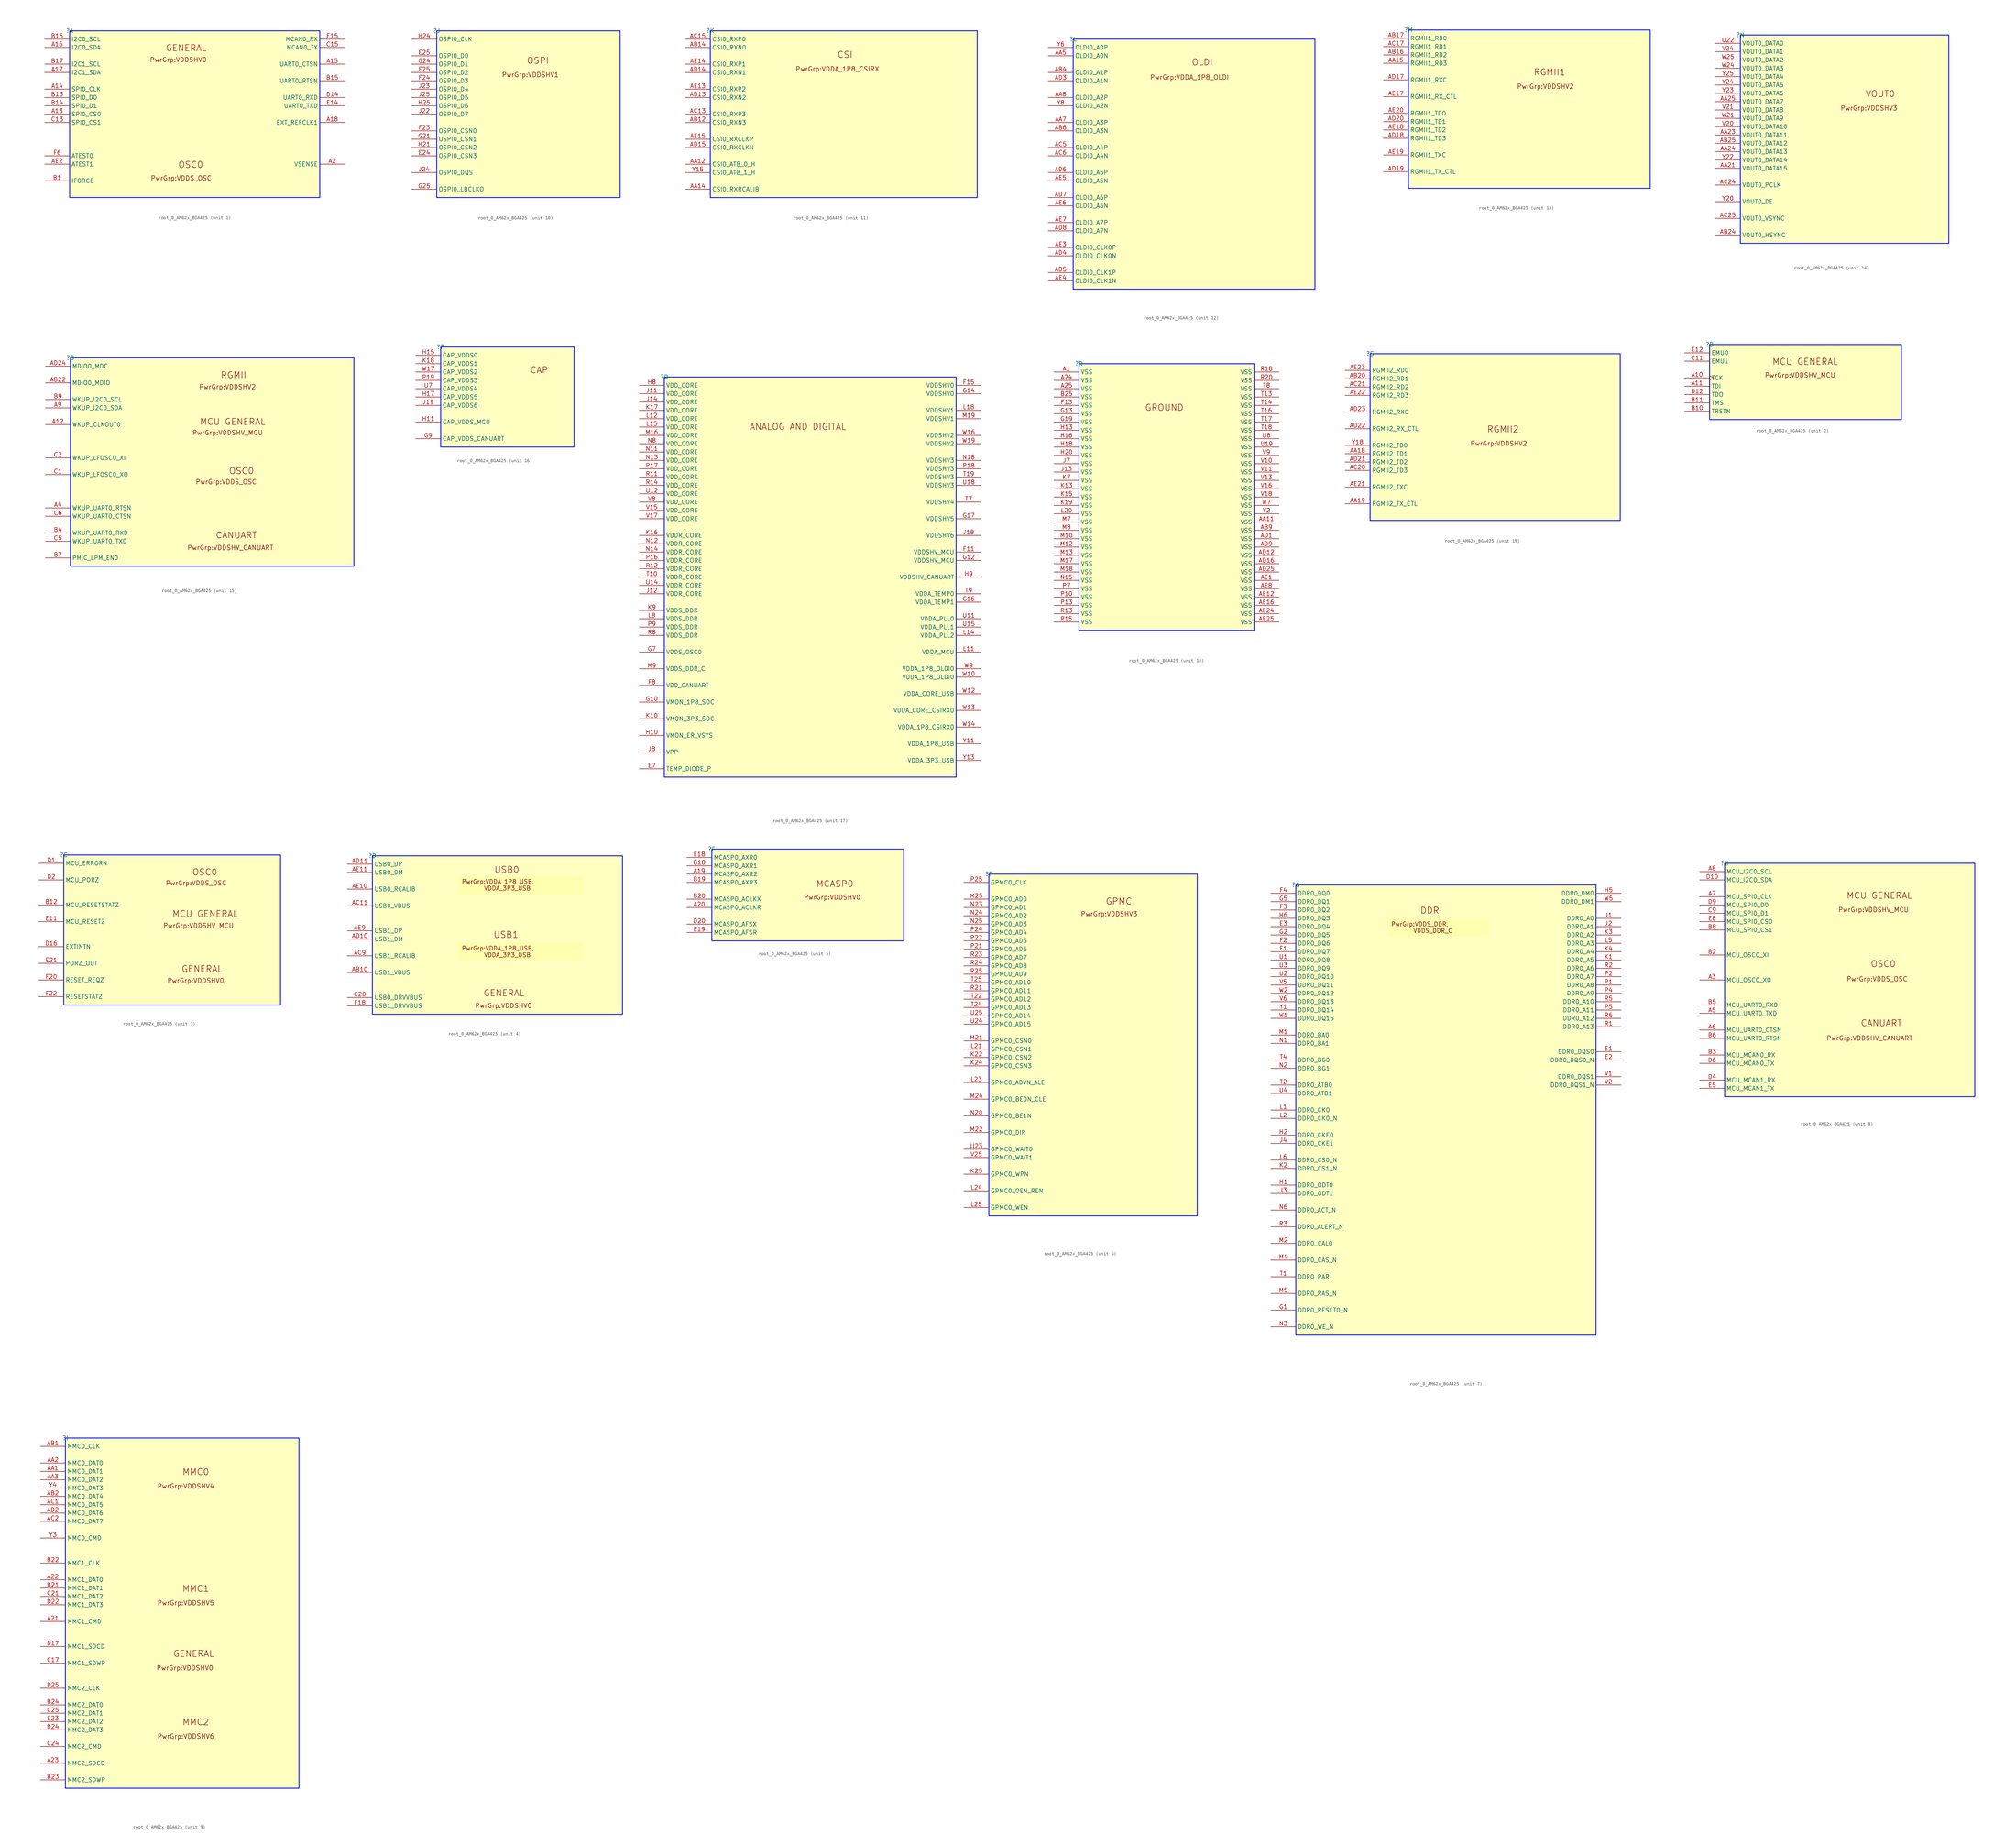
<source format=kicad_sym>
(kicad_symbol_lib
  (version 20231120)
  (generator "kicad_symbol_editor")
  (generator_version "8.0")
  (symbol "root_0_AM62x_BGA425"
    (property "Reference" ""
      (at 0 0 0)
      (effects (font (size 1.27 1.27))))
    (property "Value" ""
      (at 0 0 0)
      (effects (font (size 1.27 1.27))))
    (symbol "root_0_AM62x_BGA425_1_0"
      (rectangle (start 76.2 0) (end 0 -50.8) (stroke (width 0.254) (type solid) (color 0 11 255 1)) (fill (type background)))
      (text "GENERAL" (at 29.21 -6.35 0) (effects (font (size 1.905 1.905)) (justify left bottom)))
      (text "OSC0" (at 33.02 -41.91 0) (effects (font (size 1.905 1.905)) (justify left bottom)))
      (text "PwrGrp:VDDS_OSC" (at 24.638 -45.72 0) (effects (font (size 1.397 1.397)) (justify left bottom)))
      (text "PwrGrp:VDDSHV0" (at 24.384 -9.652 0) (effects (font (size 1.397 1.397)) (justify left bottom)))
      (pin passive line (at -7.62 -25.4 0) (length 7.62) (name "SPI0_CS0" (effects (font (size 1.27 1.27)))) (number "A13" (effects (font (size 1.27 1.27)))))
      (pin passive line (at -7.62 -17.78 0) (length 7.62) (name "SPI0_CLK" (effects (font (size 1.27 1.27)))) (number "A14" (effects (font (size 1.27 1.27)))))
      (pin passive line (at 83.82 -10.16 180) (length 7.62) (name "UART0_CTSN" (effects (font (size 1.27 1.27)))) (number "A15" (effects (font (size 1.27 1.27)))))
      (pin passive line (at -7.62 -5.08 0) (length 7.62) (name "I2C0_SDA" (effects (font (size 1.27 1.27)))) (number "A16" (effects (font (size 1.27 1.27)))))
      (pin passive line (at -7.62 -12.7 0) (length 7.62) (name "I2C1_SDA" (effects (font (size 1.27 1.27)))) (number "A17" (effects (font (size 1.27 1.27)))))
      (pin passive line (at 83.82 -27.94 180) (length 7.62) (name "EXT_REFCLK1" (effects (font (size 1.27 1.27)))) (number "A18" (effects (font (size 1.27 1.27)))))
      (pin passive line (at 83.82 -40.64 180) (length 7.62) (name "VSENSE" (effects (font (size 1.27 1.27)))) (number "A2" (effects (font (size 1.27 1.27)))))
      (pin passive line (at -7.62 -40.64 0) (length 7.62) (name "ATEST1" (effects (font (size 1.27 1.27)))) (number "AE2" (effects (font (size 1.27 1.27)))))
      (pin passive line (at -7.62 -45.72 0) (length 7.62) (name "IFORCE" (effects (font (size 1.27 1.27)))) (number "B1" (effects (font (size 1.27 1.27)))))
      (pin passive line (at -7.62 -20.32 0) (length 7.62) (name "SPI0_D0" (effects (font (size 1.27 1.27)))) (number "B13" (effects (font (size 1.27 1.27)))))
      (pin passive line (at -7.62 -22.86 0) (length 7.62) (name "SPI0_D1" (effects (font (size 1.27 1.27)))) (number "B14" (effects (font (size 1.27 1.27)))))
      (pin passive line (at 83.82 -15.24 180) (length 7.62) (name "UART0_RTSN" (effects (font (size 1.27 1.27)))) (number "B15" (effects (font (size 1.27 1.27)))))
      (pin passive line (at -7.62 -2.54 0) (length 7.62) (name "I2C0_SCL" (effects (font (size 1.27 1.27)))) (number "B16" (effects (font (size 1.27 1.27)))))
      (pin passive line (at -7.62 -10.16 0) (length 7.62) (name "I2C1_SCL" (effects (font (size 1.27 1.27)))) (number "B17" (effects (font (size 1.27 1.27)))))
      (pin passive line (at -7.62 -27.94 0) (length 7.62) (name "SPI0_CS1" (effects (font (size 1.27 1.27)))) (number "C13" (effects (font (size 1.27 1.27)))))
      (pin passive line (at 83.82 -5.08 180) (length 7.62) (name "MCAN0_TX" (effects (font (size 1.27 1.27)))) (number "C15" (effects (font (size 1.27 1.27)))))
      (pin passive line (at 83.82 -20.32 180) (length 7.62) (name "UART0_RXD" (effects (font (size 1.27 1.27)))) (number "D14" (effects (font (size 1.27 1.27)))))
      (pin passive line (at 83.82 -22.86 180) (length 7.62) (name "UART0_TXD" (effects (font (size 1.27 1.27)))) (number "E14" (effects (font (size 1.27 1.27)))))
      (pin passive line (at 83.82 -2.54 180) (length 7.62) (name "MCAN0_RX" (effects (font (size 1.27 1.27)))) (number "E15" (effects (font (size 1.27 1.27)))))
      (pin passive line (at -7.62 -38.1 0) (length 7.62) (name "ATEST0" (effects (font (size 1.27 1.27)))) (number "F6" (effects (font (size 1.27 1.27))))))
    (symbol "root_0_AM62x_BGA425_2_0"
      (rectangle (start 58.42 0) (end 0 -22.86) (stroke (width 0.254) (type solid) (color 0 11 255 1)) (fill (type background)))
      (text "MCU GENERAL" (at 19.05 -6.35 0) (effects (font (size 1.905 1.905)) (justify left bottom)))
      (text "PwrGrp:VDDSHV_MCU" (at 16.764 -10.16 0) (effects (font (size 1.397 1.397)) (justify left bottom)))
      (pin passive clock (at -7.62 -10.16 0) (length 7.62) (name "TCK" (effects (font (size 1.27 1.27)))) (number "A10" (effects (font (size 1.27 1.27)))))
      (pin passive line (at -7.62 -12.7 0) (length 7.62) (name "TDI" (effects (font (size 1.27 1.27)))) (number "A11" (effects (font (size 1.27 1.27)))))
      (pin passive line (at -7.62 -20.32 0) (length 7.62) (name "TRSTN" (effects (font (size 1.27 1.27)))) (number "B10" (effects (font (size 1.27 1.27)))))
      (pin passive line (at -7.62 -17.78 0) (length 7.62) (name "TMS" (effects (font (size 1.27 1.27)))) (number "B11" (effects (font (size 1.27 1.27)))))
      (pin passive line (at -7.62 -5.08 0) (length 7.62) (name "EMU1" (effects (font (size 1.27 1.27)))) (number "C11" (effects (font (size 1.27 1.27)))))
      (pin passive line (at -7.62 -15.24 0) (length 7.62) (name "TDO" (effects (font (size 1.27 1.27)))) (number "D12" (effects (font (size 1.27 1.27)))))
      (pin passive line (at -7.62 -2.54 0) (length 7.62) (name "EMU0" (effects (font (size 1.27 1.27)))) (number "E12" (effects (font (size 1.27 1.27))))))
    (symbol "root_0_AM62x_BGA425_3_0"
      (rectangle (start 66.04 0) (end 0 -45.72) (stroke (width 0.254) (type solid) (color 0 11 255 1)) (fill (type background)))
      (text "GENERAL" (at 35.814 -35.814 0) (effects (font (size 1.905 1.905)) (justify left bottom)))
      (text "MCU GENERAL" (at 33.02 -19.05 0) (effects (font (size 1.905 1.905)) (justify left bottom)))
      (text "OSC0" (at 39.116 -6.35 0) (effects (font (size 1.905 1.905)) (justify left bottom)))
      (text "PwrGrp:VDDS_OSC" (at 30.988 -9.398 0) (effects (font (size 1.397 1.397)) (justify left bottom)))
      (text "PwrGrp:VDDSHV0" (at 31.496 -39.116 0) (effects (font (size 1.397 1.397)) (justify left bottom)))
      (text "PwrGrp:VDDSHV_MCU" (at 30.226 -22.352 0) (effects (font (size 1.397 1.397)) (justify left bottom)))
      (pin passive line (at -7.62 -15.24 0) (length 7.62) (name "MCU_RESETSTATZ" (effects (font (size 1.27 1.27)))) (number "B12" (effects (font (size 1.27 1.27)))))
      (pin passive line (at -7.62 -2.54 0) (length 7.62) (name "MCU_ERRORN" (effects (font (size 1.27 1.27)))) (number "D1" (effects (font (size 1.27 1.27)))))
      (pin passive line (at -7.62 -27.94 0) (length 7.62) (name "EXTINTN" (effects (font (size 1.27 1.27)))) (number "D16" (effects (font (size 1.27 1.27)))))
      (pin passive line (at -7.62 -7.62 0) (length 7.62) (name "MCU_PORZ" (effects (font (size 1.27 1.27)))) (number "D2" (effects (font (size 1.27 1.27)))))
      (pin passive line (at -7.62 -20.32 0) (length 7.62) (name "MCU_RESETZ" (effects (font (size 1.27 1.27)))) (number "E11" (effects (font (size 1.27 1.27)))))
      (pin passive line (at -7.62 -33.02 0) (length 7.62) (name "PORZ_OUT" (effects (font (size 1.27 1.27)))) (number "E21" (effects (font (size 1.27 1.27)))))
      (pin passive line (at -7.62 -38.1 0) (length 7.62) (name "RESET_REQZ" (effects (font (size 1.27 1.27)))) (number "F20" (effects (font (size 1.27 1.27)))))
      (pin passive line (at -7.62 -43.18 0) (length 7.62) (name "RESETSTATZ" (effects (font (size 1.27 1.27)))) (number "F22" (effects (font (size 1.27 1.27))))))
    (symbol "root_0_AM62x_BGA425_4_0"
      (rectangle (start 76.2 0) (end 0 -48.26) (stroke (width 0.254) (type solid) (color 0 11 255 1)) (fill (type background)))
      (text "GENERAL" (at 33.782 -42.926 0) (effects (font (size 1.905 1.905)) (justify left bottom)))
      (text "PwrGrp:VDDSHV0" (at 31.242 -46.482 0) (effects (font (size 1.397 1.397)) (justify left bottom)))
      (text "USB0" (at 37.084 -5.334 0) (effects (font (size 1.905 1.905)) (justify left bottom)))
      (text "USB1" (at 36.83 -25.146 0) (effects (font (size 1.905 1.905)) (justify left bottom)))
      (text_box "PwrGrp:VDDA_1P8_USB, \n       VDDA_3P3_USB" (at 64.262 -26.416 0) (size -38.1 -5.588) (stroke (width -0.0001) (type default)) (fill (type color) (color 255 255 176 1)) (effects (font (size 1.27 1.27)) (justify left top)))
      (text_box "PwrGrp:VDDA_1P8_USB, \n       VDDA_3P3_USB" (at 64.262 -6.096 0) (size -38.1 -5.588) (stroke (width -0.0001) (type default)) (fill (type color) (color 255 255 176 1)) (effects (font (size 1.27 1.27)) (justify left top)))
      (pin passive line (at -7.62 -35.56 0) (length 7.62) (name "USB1_VBUS" (effects (font (size 1.27 1.27)))) (number "AB10" (effects (font (size 1.27 1.27)))))
      (pin passive line (at -7.62 -15.24 0) (length 7.62) (name "USB0_VBUS" (effects (font (size 1.27 1.27)))) (number "AC11" (effects (font (size 1.27 1.27)))))
      (pin passive line (at -7.62 -30.48 0) (length 7.62) (name "USB1_RCALIB" (effects (font (size 1.27 1.27)))) (number "AC9" (effects (font (size 1.27 1.27)))))
      (pin passive line (at -7.62 -25.4 0) (length 7.62) (name "USB1_DM" (effects (font (size 1.27 1.27)))) (number "AD10" (effects (font (size 1.27 1.27)))))
      (pin passive line (at -7.62 -2.54 0) (length 7.62) (name "USB0_DP" (effects (font (size 1.27 1.27)))) (number "AD11" (effects (font (size 1.27 1.27)))))
      (pin passive line (at -7.62 -10.16 0) (length 7.62) (name "USB0_RCALIB" (effects (font (size 1.27 1.27)))) (number "AE10" (effects (font (size 1.27 1.27)))))
      (pin passive line (at -7.62 -5.08 0) (length 7.62) (name "USB0_DM" (effects (font (size 1.27 1.27)))) (number "AE11" (effects (font (size 1.27 1.27)))))
      (pin passive line (at -7.62 -22.86 0) (length 7.62) (name "USB1_DP" (effects (font (size 1.27 1.27)))) (number "AE9" (effects (font (size 1.27 1.27)))))
      (pin passive line (at -7.62 -43.18 0) (length 7.62) (name "USB0_DRVVBUS" (effects (font (size 1.27 1.27)))) (number "C20" (effects (font (size 1.27 1.27)))))
      (pin passive line (at -7.62 -45.72 0) (length 7.62) (name "USB1_DRVVBUS" (effects (font (size 1.27 1.27)))) (number "F18" (effects (font (size 1.27 1.27))))))
    (symbol "root_0_AM62x_BGA425_5_0"
      (rectangle (start 58.42 0) (end 0 -27.94) (stroke (width 0.254) (type solid) (color 0 11 255 1)) (fill (type background)))
      (text "MCASP0" (at 31.75 -11.684 0) (effects (font (size 1.905 1.905)) (justify left bottom)))
      (text "PwrGrp:VDDSHV0" (at 27.94 -15.494 0) (effects (font (size 1.397 1.397)) (justify left bottom)))
      (pin passive line (at -7.62 -7.62 0) (length 7.62) (name "MCASP0_AXR2" (effects (font (size 1.27 1.27)))) (number "A19" (effects (font (size 1.27 1.27)))))
      (pin passive line (at -7.62 -17.78 0) (length 7.62) (name "MCASP0_ACLKR" (effects (font (size 1.27 1.27)))) (number "A20" (effects (font (size 1.27 1.27)))))
      (pin passive line (at -7.62 -5.08 0) (length 7.62) (name "MCASP0_AXR1" (effects (font (size 1.27 1.27)))) (number "B18" (effects (font (size 1.27 1.27)))))
      (pin passive line (at -7.62 -10.16 0) (length 7.62) (name "MCASP0_AXR3" (effects (font (size 1.27 1.27)))) (number "B19" (effects (font (size 1.27 1.27)))))
      (pin passive line (at -7.62 -15.24 0) (length 7.62) (name "MCASP0_ACLKX" (effects (font (size 1.27 1.27)))) (number "B20" (effects (font (size 1.27 1.27)))))
      (pin passive line (at -7.62 -22.86 0) (length 7.62) (name "MCASP0_AFSX" (effects (font (size 1.27 1.27)))) (number "D20" (effects (font (size 1.27 1.27)))))
      (pin passive line (at -7.62 -2.54 0) (length 7.62) (name "MCASP0_AXR0" (effects (font (size 1.27 1.27)))) (number "E18" (effects (font (size 1.27 1.27)))))
      (pin passive line (at -7.62 -25.4 0) (length 7.62) (name "MCASP0_AFSR" (effects (font (size 1.27 1.27)))) (number "E19" (effects (font (size 1.27 1.27))))))
    (symbol "root_0_AM62x_BGA425_6_0"
      (rectangle (start 63.5 0) (end 0 -104.14) (stroke (width 0.254) (type solid) (color 0 11 255 1)) (fill (type background)))
      (text "GPMC" (at 35.56 -9.398 0) (effects (font (size 1.905 1.905)) (justify left bottom)))
      (text "PwrGrp:VDDSHV3" (at 27.94 -12.954 0) (effects (font (size 1.397 1.397)) (justify left bottom)))
      (pin passive line (at -7.62 -55.88 0) (length 7.62) (name "GPMC0_CSN2" (effects (font (size 1.27 1.27)))) (number "K22" (effects (font (size 1.27 1.27)))))
      (pin passive line (at -7.62 -58.42 0) (length 7.62) (name "GPMC0_CSN3" (effects (font (size 1.27 1.27)))) (number "K24" (effects (font (size 1.27 1.27)))))
      (pin passive line (at -7.62 -91.44 0) (length 7.62) (name "GPMC0_WPN" (effects (font (size 1.27 1.27)))) (number "K25" (effects (font (size 1.27 1.27)))))
      (pin passive line (at -7.62 -53.34 0) (length 7.62) (name "GPMC0_CSN1" (effects (font (size 1.27 1.27)))) (number "L21" (effects (font (size 1.27 1.27)))))
      (pin passive line (at -7.62 -63.5 0) (length 7.62) (name "GPMC0_ADVN_ALE" (effects (font (size 1.27 1.27)))) (number "L23" (effects (font (size 1.27 1.27)))))
      (pin passive line (at -7.62 -96.52 0) (length 7.62) (name "GPMC0_OEN_REN" (effects (font (size 1.27 1.27)))) (number "L24" (effects (font (size 1.27 1.27)))))
      (pin passive line (at -7.62 -101.6 0) (length 7.62) (name "GPMC0_WEN" (effects (font (size 1.27 1.27)))) (number "L25" (effects (font (size 1.27 1.27)))))
      (pin passive line (at -7.62 -50.8 0) (length 7.62) (name "GPMC0_CSN0" (effects (font (size 1.27 1.27)))) (number "M21" (effects (font (size 1.27 1.27)))))
      (pin passive line (at -7.62 -78.74 0) (length 7.62) (name "GPMC0_DIR" (effects (font (size 1.27 1.27)))) (number "M22" (effects (font (size 1.27 1.27)))))
      (pin passive line (at -7.62 -68.58 0) (length 7.62) (name "GPMC0_BE0N_CLE" (effects (font (size 1.27 1.27)))) (number "M24" (effects (font (size 1.27 1.27)))))
      (pin passive line (at -7.62 -7.62 0) (length 7.62) (name "GPMC0_AD0" (effects (font (size 1.27 1.27)))) (number "M25" (effects (font (size 1.27 1.27)))))
      (pin passive line (at -7.62 -73.66 0) (length 7.62) (name "GPMC0_BE1N" (effects (font (size 1.27 1.27)))) (number "N20" (effects (font (size 1.27 1.27)))))
      (pin passive line (at -7.62 -10.16 0) (length 7.62) (name "GPMC0_AD1" (effects (font (size 1.27 1.27)))) (number "N23" (effects (font (size 1.27 1.27)))))
      (pin passive line (at -7.62 -12.7 0) (length 7.62) (name "GPMC0_AD2" (effects (font (size 1.27 1.27)))) (number "N24" (effects (font (size 1.27 1.27)))))
      (pin passive line (at -7.62 -15.24 0) (length 7.62) (name "GPMC0_AD3" (effects (font (size 1.27 1.27)))) (number "N25" (effects (font (size 1.27 1.27)))))
      (pin passive line (at -7.62 -22.86 0) (length 7.62) (name "GPMC0_AD6" (effects (font (size 1.27 1.27)))) (number "P21" (effects (font (size 1.27 1.27)))))
      (pin passive line (at -7.62 -20.32 0) (length 7.62) (name "GPMC0_AD5" (effects (font (size 1.27 1.27)))) (number "P22" (effects (font (size 1.27 1.27)))))
      (pin passive line (at -7.62 -17.78 0) (length 7.62) (name "GPMC0_AD4" (effects (font (size 1.27 1.27)))) (number "P24" (effects (font (size 1.27 1.27)))))
      (pin passive line (at -7.62 -2.54 0) (length 7.62) (name "GPMC0_CLK" (effects (font (size 1.27 1.27)))) (number "P25" (effects (font (size 1.27 1.27)))))
      (pin passive line (at -7.62 -35.56 0) (length 7.62) (name "GPMC0_AD11" (effects (font (size 1.27 1.27)))) (number "R21" (effects (font (size 1.27 1.27)))))
      (pin passive line (at -7.62 -25.4 0) (length 7.62) (name "GPMC0_AD7" (effects (font (size 1.27 1.27)))) (number "R23" (effects (font (size 1.27 1.27)))))
      (pin passive line (at -7.62 -27.94 0) (length 7.62) (name "GPMC0_AD8" (effects (font (size 1.27 1.27)))) (number "R24" (effects (font (size 1.27 1.27)))))
      (pin passive line (at -7.62 -30.48 0) (length 7.62) (name "GPMC0_AD9" (effects (font (size 1.27 1.27)))) (number "R25" (effects (font (size 1.27 1.27)))))
      (pin passive line (at -7.62 -38.1 0) (length 7.62) (name "GPMC0_AD12" (effects (font (size 1.27 1.27)))) (number "T22" (effects (font (size 1.27 1.27)))))
      (pin passive line (at -7.62 -40.64 0) (length 7.62) (name "GPMC0_AD13" (effects (font (size 1.27 1.27)))) (number "T24" (effects (font (size 1.27 1.27)))))
      (pin passive line (at -7.62 -33.02 0) (length 7.62) (name "GPMC0_AD10" (effects (font (size 1.27 1.27)))) (number "T25" (effects (font (size 1.27 1.27)))))
      (pin passive line (at -7.62 -83.82 0) (length 7.62) (name "GPMC0_WAIT0" (effects (font (size 1.27 1.27)))) (number "U23" (effects (font (size 1.27 1.27)))))
      (pin passive line (at -7.62 -45.72 0) (length 7.62) (name "GPMC0_AD15" (effects (font (size 1.27 1.27)))) (number "U24" (effects (font (size 1.27 1.27)))))
      (pin passive line (at -7.62 -43.18 0) (length 7.62) (name "GPMC0_AD14" (effects (font (size 1.27 1.27)))) (number "U25" (effects (font (size 1.27 1.27)))))
      (pin passive line (at -7.62 -86.36 0) (length 7.62) (name "GPMC0_WAIT1" (effects (font (size 1.27 1.27)))) (number "V25" (effects (font (size 1.27 1.27))))))
    (symbol "root_0_AM62x_BGA425_7_0"
      (rectangle (start 91.44 0) (end 0 -137.16) (stroke (width 0.254) (type solid) (color 0 11 255 1)) (fill (type background)))
      (text "DDR" (at 37.846 -8.89 0) (effects (font (size 1.905 1.905)) (justify left bottom)))
      (text_box "PwrGrp:VDDS_DDR, \n       VDDS_DDR_C" (at 58.928 -10.16 0) (size -30.988 -5.588) (stroke (width -0.0001) (type default)) (fill (type color) (color 255 255 176 1)) (effects (font (size 1.27 1.27)) (justify left top)))
      (pin passive line (at 99.06 -50.8 180) (length 7.62) (name "DDR0_DQS0" (effects (font (size 1.27 1.27)))) (number "E1" (effects (font (size 1.27 1.27)))))
      (pin passive line (at 99.06 -53.34 180) (length 7.62) (name "DDR0_DQS0_N" (effects (font (size 1.27 1.27)))) (number "E2" (effects (font (size 1.27 1.27)))))
      (pin passive line (at -7.62 -12.7 0) (length 7.62) (name "DDR0_DQ4" (effects (font (size 1.27 1.27)))) (number "E3" (effects (font (size 1.27 1.27)))))
      (pin passive line (at -7.62 -20.32 0) (length 7.62) (name "DDR0_DQ7" (effects (font (size 1.27 1.27)))) (number "F1" (effects (font (size 1.27 1.27)))))
      (pin passive line (at -7.62 -17.78 0) (length 7.62) (name "DDR0_DQ6" (effects (font (size 1.27 1.27)))) (number "F2" (effects (font (size 1.27 1.27)))))
      (pin passive line (at -7.62 -7.62 0) (length 7.62) (name "DDR0_DQ2" (effects (font (size 1.27 1.27)))) (number "F3" (effects (font (size 1.27 1.27)))))
      (pin passive line (at -7.62 -2.54 0) (length 7.62) (name "DDR0_DQ0" (effects (font (size 1.27 1.27)))) (number "F4" (effects (font (size 1.27 1.27)))))
      (pin passive line (at -7.62 -129.54 0) (length 7.62) (name "DDR0_RESET0_N" (effects (font (size 1.27 1.27)))) (number "G1" (effects (font (size 1.27 1.27)))))
      (pin passive line (at -7.62 -15.24 0) (length 7.62) (name "DDR0_DQ5" (effects (font (size 1.27 1.27)))) (number "G2" (effects (font (size 1.27 1.27)))))
      (pin passive line (at -7.62 -5.08 0) (length 7.62) (name "DDR0_DQ1" (effects (font (size 1.27 1.27)))) (number "G5" (effects (font (size 1.27 1.27)))))
      (pin passive line (at -7.62 -91.44 0) (length 7.62) (name "DDR0_ODT0" (effects (font (size 1.27 1.27)))) (number "H1" (effects (font (size 1.27 1.27)))))
      (pin passive line (at -7.62 -76.2 0) (length 7.62) (name "DDR0_CKE0" (effects (font (size 1.27 1.27)))) (number "H2" (effects (font (size 1.27 1.27)))))
      (pin passive line (at 99.06 -2.54 180) (length 7.62) (name "DDR0_DM0" (effects (font (size 1.27 1.27)))) (number "H5" (effects (font (size 1.27 1.27)))))
      (pin passive line (at -7.62 -10.16 0) (length 7.62) (name "DDR0_DQ3" (effects (font (size 1.27 1.27)))) (number "H6" (effects (font (size 1.27 1.27)))))
      (pin passive line (at 99.06 -10.16 180) (length 7.62) (name "DDR0_A0" (effects (font (size 1.27 1.27)))) (number "J1" (effects (font (size 1.27 1.27)))))
      (pin passive line (at 99.06 -12.7 180) (length 7.62) (name "DDR0_A1" (effects (font (size 1.27 1.27)))) (number "J2" (effects (font (size 1.27 1.27)))))
      (pin passive line (at -7.62 -93.98 0) (length 7.62) (name "DDR0_ODT1" (effects (font (size 1.27 1.27)))) (number "J3" (effects (font (size 1.27 1.27)))))
      (pin passive line (at -7.62 -78.74 0) (length 7.62) (name "DDR0_CKE1" (effects (font (size 1.27 1.27)))) (number "J4" (effects (font (size 1.27 1.27)))))
      (pin passive line (at 99.06 -22.86 180) (length 7.62) (name "DDR0_A5" (effects (font (size 1.27 1.27)))) (number "K1" (effects (font (size 1.27 1.27)))))
      (pin passive line (at -7.62 -86.36 0) (length 7.62) (name "DDR0_CS1_N" (effects (font (size 1.27 1.27)))) (number "K2" (effects (font (size 1.27 1.27)))))
      (pin passive line (at 99.06 -15.24 180) (length 7.62) (name "DDR0_A2" (effects (font (size 1.27 1.27)))) (number "K3" (effects (font (size 1.27 1.27)))))
      (pin passive line (at 99.06 -20.32 180) (length 7.62) (name "DDR0_A4" (effects (font (size 1.27 1.27)))) (number "K4" (effects (font (size 1.27 1.27)))))
      (pin passive line (at -7.62 -68.58 0) (length 7.62) (name "DDR0_CK0" (effects (font (size 1.27 1.27)))) (number "L1" (effects (font (size 1.27 1.27)))))
      (pin passive line (at -7.62 -71.12 0) (length 7.62) (name "DDR0_CK0_N" (effects (font (size 1.27 1.27)))) (number "L2" (effects (font (size 1.27 1.27)))))
      (pin passive line (at 99.06 -17.78 180) (length 7.62) (name "DDR0_A3" (effects (font (size 1.27 1.27)))) (number "L5" (effects (font (size 1.27 1.27)))))
      (pin passive line (at -7.62 -83.82 0) (length 7.62) (name "DDR0_CS0_N" (effects (font (size 1.27 1.27)))) (number "L6" (effects (font (size 1.27 1.27)))))
      (pin passive line (at -7.62 -45.72 0) (length 7.62) (name "DDR0_BA0" (effects (font (size 1.27 1.27)))) (number "M1" (effects (font (size 1.27 1.27)))))
      (pin passive line (at -7.62 -109.22 0) (length 7.62) (name "DDR0_CAL0" (effects (font (size 1.27 1.27)))) (number "M2" (effects (font (size 1.27 1.27)))))
      (pin passive line (at -7.62 -114.3 0) (length 7.62) (name "DDR0_CAS_N" (effects (font (size 1.27 1.27)))) (number "M4" (effects (font (size 1.27 1.27)))))
      (pin passive line (at -7.62 -124.46 0) (length 7.62) (name "DDR0_RAS_N" (effects (font (size 1.27 1.27)))) (number "M5" (effects (font (size 1.27 1.27)))))
      (pin passive line (at -7.62 -48.26 0) (length 7.62) (name "DDR0_BA1" (effects (font (size 1.27 1.27)))) (number "N1" (effects (font (size 1.27 1.27)))))
      (pin passive line (at -7.62 -55.88 0) (length 7.62) (name "DDR0_BG1" (effects (font (size 1.27 1.27)))) (number "N2" (effects (font (size 1.27 1.27)))))
      (pin passive line (at -7.62 -134.62 0) (length 7.62) (name "DDR0_WE_N" (effects (font (size 1.27 1.27)))) (number "N3" (effects (font (size 1.27 1.27)))))
      (pin passive line (at -7.62 -99.06 0) (length 7.62) (name "DDR0_ACT_N" (effects (font (size 1.27 1.27)))) (number "N6" (effects (font (size 1.27 1.27)))))
      (pin passive line (at 99.06 -30.48 180) (length 7.62) (name "DDR0_A8" (effects (font (size 1.27 1.27)))) (number "P1" (effects (font (size 1.27 1.27)))))
      (pin passive line (at 99.06 -27.94 180) (length 7.62) (name "DDR0_A7" (effects (font (size 1.27 1.27)))) (number "P2" (effects (font (size 1.27 1.27)))))
      (pin passive line (at 99.06 -33.02 180) (length 7.62) (name "DDR0_A9" (effects (font (size 1.27 1.27)))) (number "P4" (effects (font (size 1.27 1.27)))))
      (pin passive line (at 99.06 -38.1 180) (length 7.62) (name "DDR0_A11" (effects (font (size 1.27 1.27)))) (number "P5" (effects (font (size 1.27 1.27)))))
      (pin passive line (at 99.06 -43.18 180) (length 7.62) (name "DDR0_A13" (effects (font (size 1.27 1.27)))) (number "R1" (effects (font (size 1.27 1.27)))))
      (pin passive line (at 99.06 -25.4 180) (length 7.62) (name "DDR0_A6" (effects (font (size 1.27 1.27)))) (number "R2" (effects (font (size 1.27 1.27)))))
      (pin passive line (at -7.62 -104.14 0) (length 7.62) (name "DDR0_ALERT_N" (effects (font (size 1.27 1.27)))) (number "R3" (effects (font (size 1.27 1.27)))))
      (pin passive line (at 99.06 -35.56 180) (length 7.62) (name "DDR0_A10" (effects (font (size 1.27 1.27)))) (number "R5" (effects (font (size 1.27 1.27)))))
      (pin passive line (at 99.06 -40.64 180) (length 7.62) (name "DDR0_A12" (effects (font (size 1.27 1.27)))) (number "R6" (effects (font (size 1.27 1.27)))))
      (pin passive line (at -7.62 -119.38 0) (length 7.62) (name "DDR0_PAR" (effects (font (size 1.27 1.27)))) (number "T1" (effects (font (size 1.27 1.27)))))
      (pin passive line (at -7.62 -60.96 0) (length 7.62) (name "DDR0_ATB0" (effects (font (size 1.27 1.27)))) (number "T2" (effects (font (size 1.27 1.27)))))
      (pin passive line (at -7.62 -53.34 0) (length 7.62) (name "DDR0_BG0" (effects (font (size 1.27 1.27)))) (number "T4" (effects (font (size 1.27 1.27)))))
      (pin passive line (at -7.62 -22.86 0) (length 7.62) (name "DDR0_DQ8" (effects (font (size 1.27 1.27)))) (number "U1" (effects (font (size 1.27 1.27)))))
      (pin passive line (at -7.62 -27.94 0) (length 7.62) (name "DDR0_DQ10" (effects (font (size 1.27 1.27)))) (number "U2" (effects (font (size 1.27 1.27)))))
      (pin passive line (at -7.62 -25.4 0) (length 7.62) (name "DDR0_DQ9" (effects (font (size 1.27 1.27)))) (number "U3" (effects (font (size 1.27 1.27)))))
      (pin passive line (at -7.62 -63.5 0) (length 7.62) (name "DDR0_ATB1" (effects (font (size 1.27 1.27)))) (number "U4" (effects (font (size 1.27 1.27)))))
      (pin passive line (at 99.06 -58.42 180) (length 7.62) (name "DDR0_DQS1" (effects (font (size 1.27 1.27)))) (number "V1" (effects (font (size 1.27 1.27)))))
      (pin passive line (at 99.06 -60.96 180) (length 7.62) (name "DDR0_DQS1_N" (effects (font (size 1.27 1.27)))) (number "V2" (effects (font (size 1.27 1.27)))))
      (pin passive line (at -7.62 -30.48 0) (length 7.62) (name "DDR0_DQ11" (effects (font (size 1.27 1.27)))) (number "V5" (effects (font (size 1.27 1.27)))))
      (pin passive line (at -7.62 -35.56 0) (length 7.62) (name "DDR0_DQ13" (effects (font (size 1.27 1.27)))) (number "V6" (effects (font (size 1.27 1.27)))))
      (pin passive line (at -7.62 -40.64 0) (length 7.62) (name "DDR0_DQ15" (effects (font (size 1.27 1.27)))) (number "W1" (effects (font (size 1.27 1.27)))))
      (pin passive line (at -7.62 -33.02 0) (length 7.62) (name "DDR0_DQ12" (effects (font (size 1.27 1.27)))) (number "W2" (effects (font (size 1.27 1.27)))))
      (pin passive line (at 99.06 -5.08 180) (length 7.62) (name "DDR0_DM1" (effects (font (size 1.27 1.27)))) (number "W5" (effects (font (size 1.27 1.27)))))
      (pin passive line (at -7.62 -38.1 0) (length 7.62) (name "DDR0_DQ14" (effects (font (size 1.27 1.27)))) (number "Y1" (effects (font (size 1.27 1.27))))))
    (symbol "root_0_AM62x_BGA425_8_0"
      (rectangle (start 76.2 0) (end 0 -71.12) (stroke (width 0.254) (type solid) (color 0 11 255 1)) (fill (type background)))
      (text "CANUART" (at 41.402 -49.784 0) (effects (font (size 1.905 1.905)) (justify left bottom)))
      (text "MCU GENERAL" (at 37.084 -10.922 0) (effects (font (size 1.905 1.905)) (justify left bottom)))
      (text "OSC0" (at 44.45 -31.75 0) (effects (font (size 1.905 1.905)) (justify left bottom)))
      (text "PwrGrp:VDDS_OSC" (at 37.084 -36.068 0) (effects (font (size 1.397 1.397)) (justify left bottom)))
      (text "PwrGrp:VDDSHV_CANUART" (at 30.988 -54.102 0) (effects (font (size 1.397 1.397)) (justify left bottom)))
      (text "PwrGrp:VDDSHV_MCU" (at 34.544 -14.986 0) (effects (font (size 1.397 1.397)) (justify left bottom)))
      (pin passive line (at -7.62 -35.56 0) (length 7.62) (name "MCU_OSC0_XO" (effects (font (size 1.27 1.27)))) (number "A3" (effects (font (size 1.27 1.27)))))
      (pin passive line (at -7.62 -45.72 0) (length 7.62) (name "MCU_UART0_TXD" (effects (font (size 1.27 1.27)))) (number "A5" (effects (font (size 1.27 1.27)))))
      (pin passive line (at -7.62 -50.8 0) (length 7.62) (name "MCU_UART0_CTSN" (effects (font (size 1.27 1.27)))) (number "A6" (effects (font (size 1.27 1.27)))))
      (pin passive line (at -7.62 -10.16 0) (length 7.62) (name "MCU_SPI0_CLK" (effects (font (size 1.27 1.27)))) (number "A7" (effects (font (size 1.27 1.27)))))
      (pin passive line (at -7.62 -2.54 0) (length 7.62) (name "MCU_I2C0_SCL" (effects (font (size 1.27 1.27)))) (number "A8" (effects (font (size 1.27 1.27)))))
      (pin passive line (at -7.62 -27.94 0) (length 7.62) (name "MCU_OSC0_XI" (effects (font (size 1.27 1.27)))) (number "B2" (effects (font (size 1.27 1.27)))))
      (pin passive line (at -7.62 -58.42 0) (length 7.62) (name "MCU_MCAN0_RX" (effects (font (size 1.27 1.27)))) (number "B3" (effects (font (size 1.27 1.27)))))
      (pin passive line (at -7.62 -43.18 0) (length 7.62) (name "MCU_UART0_RXD" (effects (font (size 1.27 1.27)))) (number "B5" (effects (font (size 1.27 1.27)))))
      (pin passive line (at -7.62 -53.34 0) (length 7.62) (name "MCU_UART0_RTSN" (effects (font (size 1.27 1.27)))) (number "B6" (effects (font (size 1.27 1.27)))))
      (pin passive line (at -7.62 -20.32 0) (length 7.62) (name "MCU_SPI0_CS1" (effects (font (size 1.27 1.27)))) (number "B8" (effects (font (size 1.27 1.27)))))
      (pin passive line (at -7.62 -15.24 0) (length 7.62) (name "MCU_SPI0_D1" (effects (font (size 1.27 1.27)))) (number "C9" (effects (font (size 1.27 1.27)))))
      (pin passive line (at -7.62 -5.08 0) (length 7.62) (name "MCU_I2C0_SDA" (effects (font (size 1.27 1.27)))) (number "D10" (effects (font (size 1.27 1.27)))))
      (pin passive line (at -7.62 -66.04 0) (length 7.62) (name "MCU_MCAN1_RX" (effects (font (size 1.27 1.27)))) (number "D4" (effects (font (size 1.27 1.27)))))
      (pin passive line (at -7.62 -60.96 0) (length 7.62) (name "MCU_MCAN0_TX" (effects (font (size 1.27 1.27)))) (number "D6" (effects (font (size 1.27 1.27)))))
      (pin passive line (at -7.62 -12.7 0) (length 7.62) (name "MCU_SPI0_D0" (effects (font (size 1.27 1.27)))) (number "D9" (effects (font (size 1.27 1.27)))))
      (pin passive line (at -7.62 -68.58 0) (length 7.62) (name "MCU_MCAN1_TX" (effects (font (size 1.27 1.27)))) (number "E5" (effects (font (size 1.27 1.27)))))
      (pin passive line (at -7.62 -17.78 0) (length 7.62) (name "MCU_SPI0_CS0" (effects (font (size 1.27 1.27)))) (number "E8" (effects (font (size 1.27 1.27))))))
    (symbol "root_0_AM62x_BGA425_9_0"
      (rectangle (start 71.12 0) (end 0 -106.68) (stroke (width 0.254) (type solid) (color 0 11 255 1)) (fill (type background)))
      (text "GENERAL" (at 32.766 -66.802 0) (effects (font (size 1.905 1.905)) (justify left bottom)))
      (text "MMC0" (at 35.56 -11.43 0) (effects (font (size 1.905 1.905)) (justify left bottom)))
      (text "MMC1" (at 35.56 -46.99 0) (effects (font (size 1.905 1.905)) (justify left bottom)))
      (text "MMC2" (at 35.56 -87.63 0) (effects (font (size 1.905 1.905)) (justify left bottom)))
      (text "PwrGrp:VDDSHV0" (at 27.686 -70.866 0) (effects (font (size 1.397 1.397)) (justify left bottom)))
      (text "PwrGrp:VDDSHV4" (at 27.94 -15.494 0) (effects (font (size 1.397 1.397)) (justify left bottom)))
      (text "PwrGrp:VDDSHV5" (at 27.94 -51.054 0) (effects (font (size 1.397 1.397)) (justify left bottom)))
      (text "PwrGrp:VDDSHV6" (at 27.94 -91.694 0) (effects (font (size 1.397 1.397)) (justify left bottom)))
      (pin passive line (at -7.62 -55.88 0) (length 7.62) (name "MMC1_CMD" (effects (font (size 1.27 1.27)))) (number "A21" (effects (font (size 1.27 1.27)))))
      (pin passive line (at -7.62 -43.18 0) (length 7.62) (name "MMC1_DAT0" (effects (font (size 1.27 1.27)))) (number "A22" (effects (font (size 1.27 1.27)))))
      (pin passive line (at -7.62 -99.06 0) (length 7.62) (name "MMC2_SDCD" (effects (font (size 1.27 1.27)))) (number "A23" (effects (font (size 1.27 1.27)))))
      (pin passive line (at -7.62 -10.16 0) (length 7.62) (name "MMC0_DAT1" (effects (font (size 1.27 1.27)))) (number "AA1" (effects (font (size 1.27 1.27)))))
      (pin passive line (at -7.62 -7.62 0) (length 7.62) (name "MMC0_DAT0" (effects (font (size 1.27 1.27)))) (number "AA2" (effects (font (size 1.27 1.27)))))
      (pin passive line (at -7.62 -12.7 0) (length 7.62) (name "MMC0_DAT2" (effects (font (size 1.27 1.27)))) (number "AA3" (effects (font (size 1.27 1.27)))))
      (pin passive line (at -7.62 -2.54 0) (length 7.62) (name "MMC0_CLK" (effects (font (size 1.27 1.27)))) (number "AB1" (effects (font (size 1.27 1.27)))))
      (pin passive line (at -7.62 -17.78 0) (length 7.62) (name "MMC0_DAT4" (effects (font (size 1.27 1.27)))) (number "AB2" (effects (font (size 1.27 1.27)))))
      (pin passive line (at -7.62 -20.32 0) (length 7.62) (name "MMC0_DAT5" (effects (font (size 1.27 1.27)))) (number "AC1" (effects (font (size 1.27 1.27)))))
      (pin passive line (at -7.62 -25.4 0) (length 7.62) (name "MMC0_DAT7" (effects (font (size 1.27 1.27)))) (number "AC2" (effects (font (size 1.27 1.27)))))
      (pin passive line (at -7.62 -22.86 0) (length 7.62) (name "MMC0_DAT6" (effects (font (size 1.27 1.27)))) (number "AD2" (effects (font (size 1.27 1.27)))))
      (pin passive line (at -7.62 -45.72 0) (length 7.62) (name "MMC1_DAT1" (effects (font (size 1.27 1.27)))) (number "B21" (effects (font (size 1.27 1.27)))))
      (pin passive line (at -7.62 -38.1 0) (length 7.62) (name "MMC1_CLK" (effects (font (size 1.27 1.27)))) (number "B22" (effects (font (size 1.27 1.27)))))
      (pin passive line (at -7.62 -104.14 0) (length 7.62) (name "MMC2_SDWP" (effects (font (size 1.27 1.27)))) (number "B23" (effects (font (size 1.27 1.27)))))
      (pin passive line (at -7.62 -81.28 0) (length 7.62) (name "MMC2_DAT0" (effects (font (size 1.27 1.27)))) (number "B24" (effects (font (size 1.27 1.27)))))
      (pin passive line (at -7.62 -68.58 0) (length 7.62) (name "MMC1_SDWP" (effects (font (size 1.27 1.27)))) (number "C17" (effects (font (size 1.27 1.27)))))
      (pin passive line (at -7.62 -48.26 0) (length 7.62) (name "MMC1_DAT2" (effects (font (size 1.27 1.27)))) (number "C21" (effects (font (size 1.27 1.27)))))
      (pin passive line (at -7.62 -93.98 0) (length 7.62) (name "MMC2_CMD" (effects (font (size 1.27 1.27)))) (number "C24" (effects (font (size 1.27 1.27)))))
      (pin passive line (at -7.62 -83.82 0) (length 7.62) (name "MMC2_DAT1" (effects (font (size 1.27 1.27)))) (number "C25" (effects (font (size 1.27 1.27)))))
      (pin passive line (at -7.62 -63.5 0) (length 7.62) (name "MMC1_SDCD" (effects (font (size 1.27 1.27)))) (number "D17" (effects (font (size 1.27 1.27)))))
      (pin passive line (at -7.62 -50.8 0) (length 7.62) (name "MMC1_DAT3" (effects (font (size 1.27 1.27)))) (number "D22" (effects (font (size 1.27 1.27)))))
      (pin passive line (at -7.62 -88.9 0) (length 7.62) (name "MMC2_DAT3" (effects (font (size 1.27 1.27)))) (number "D24" (effects (font (size 1.27 1.27)))))
      (pin passive line (at -7.62 -76.2 0) (length 7.62) (name "MMC2_CLK" (effects (font (size 1.27 1.27)))) (number "D25" (effects (font (size 1.27 1.27)))))
      (pin passive line (at -7.62 -86.36 0) (length 7.62) (name "MMC2_DAT2" (effects (font (size 1.27 1.27)))) (number "E23" (effects (font (size 1.27 1.27)))))
      (pin passive line (at -7.62 -30.48 0) (length 7.62) (name "MMC0_CMD" (effects (font (size 1.27 1.27)))) (number "Y3" (effects (font (size 1.27 1.27)))))
      (pin passive line (at -7.62 -15.24 0) (length 7.62) (name "MMC0_DAT3" (effects (font (size 1.27 1.27)))) (number "Y4" (effects (font (size 1.27 1.27))))))
    (symbol "root_0_AM62x_BGA425_10_0"
      (rectangle (start 55.88 0) (end 0 -50.8) (stroke (width 0.254) (type solid) (color 0 11 255 1)) (fill (type background)))
      (text "OSPI" (at 27.432 -10.16 0) (effects (font (size 1.905 1.905)) (justify left bottom)))
      (text "PwrGrp:VDDSHV1" (at 19.812 -14.224 0) (effects (font (size 1.397 1.397)) (justify left bottom)))
      (pin passive line (at -7.62 -38.1 0) (length 7.62) (name "OSPI0_CSN3" (effects (font (size 1.27 1.27)))) (number "E24" (effects (font (size 1.27 1.27)))))
      (pin passive line (at -7.62 -7.62 0) (length 7.62) (name "OSPI0_D0" (effects (font (size 1.27 1.27)))) (number "E25" (effects (font (size 1.27 1.27)))))
      (pin passive line (at -7.62 -30.48 0) (length 7.62) (name "OSPI0_CSN0" (effects (font (size 1.27 1.27)))) (number "F23" (effects (font (size 1.27 1.27)))))
      (pin passive line (at -7.62 -15.24 0) (length 7.62) (name "OSPI0_D3" (effects (font (size 1.27 1.27)))) (number "F24" (effects (font (size 1.27 1.27)))))
      (pin passive line (at -7.62 -12.7 0) (length 7.62) (name "OSPI0_D2" (effects (font (size 1.27 1.27)))) (number "F25" (effects (font (size 1.27 1.27)))))
      (pin passive line (at -7.62 -33.02 0) (length 7.62) (name "OSPI0_CSN1" (effects (font (size 1.27 1.27)))) (number "G21" (effects (font (size 1.27 1.27)))))
      (pin passive line (at -7.62 -10.16 0) (length 7.62) (name "OSPI0_D1" (effects (font (size 1.27 1.27)))) (number "G24" (effects (font (size 1.27 1.27)))))
      (pin passive line (at -7.62 -48.26 0) (length 7.62) (name "OSPI0_LBCLKO" (effects (font (size 1.27 1.27)))) (number "G25" (effects (font (size 1.27 1.27)))))
      (pin passive line (at -7.62 -35.56 0) (length 7.62) (name "OSPI0_CSN2" (effects (font (size 1.27 1.27)))) (number "H21" (effects (font (size 1.27 1.27)))))
      (pin passive line (at -7.62 -2.54 0) (length 7.62) (name "OSPI0_CLK" (effects (font (size 1.27 1.27)))) (number "H24" (effects (font (size 1.27 1.27)))))
      (pin passive line (at -7.62 -22.86 0) (length 7.62) (name "OSPI0_D6" (effects (font (size 1.27 1.27)))) (number "H25" (effects (font (size 1.27 1.27)))))
      (pin passive line (at -7.62 -25.4 0) (length 7.62) (name "OSPI0_D7" (effects (font (size 1.27 1.27)))) (number "J22" (effects (font (size 1.27 1.27)))))
      (pin passive line (at -7.62 -17.78 0) (length 7.62) (name "OSPI0_D4" (effects (font (size 1.27 1.27)))) (number "J23" (effects (font (size 1.27 1.27)))))
      (pin passive line (at -7.62 -43.18 0) (length 7.62) (name "OSPI0_DQS" (effects (font (size 1.27 1.27)))) (number "J24" (effects (font (size 1.27 1.27)))))
      (pin passive line (at -7.62 -20.32 0) (length 7.62) (name "OSPI0_D5" (effects (font (size 1.27 1.27)))) (number "J25" (effects (font (size 1.27 1.27))))))
    (symbol "root_0_AM62x_BGA425_11_0"
      (rectangle (start 81.28 0) (end 0 -50.8) (stroke (width 0.254) (type solid) (color 0 11 255 1)) (fill (type background)))
      (text "CSI" (at 38.608 -8.382 0) (effects (font (size 1.905 1.905)) (justify left bottom)))
      (text "PwrGrp:VDDA_1P8_CSIRX" (at 25.908 -12.446 0) (effects (font (size 1.397 1.397)) (justify left bottom)))
      (pin passive line (at -7.62 -40.64 0) (length 7.62) (name "CSI0_ATB_0_H" (effects (font (size 1.27 1.27)))) (number "AA12" (effects (font (size 1.27 1.27)))))
      (pin passive line (at -7.62 -48.26 0) (length 7.62) (name "CSI0_RXRCALIB" (effects (font (size 1.27 1.27)))) (number "AA14" (effects (font (size 1.27 1.27)))))
      (pin passive line (at -7.62 -27.94 0) (length 7.62) (name "CSI0_RXN3" (effects (font (size 1.27 1.27)))) (number "AB12" (effects (font (size 1.27 1.27)))))
      (pin passive line (at -7.62 -5.08 0) (length 7.62) (name "CSI0_RXN0" (effects (font (size 1.27 1.27)))) (number "AB14" (effects (font (size 1.27 1.27)))))
      (pin passive line (at -7.62 -25.4 0) (length 7.62) (name "CSI0_RXP3" (effects (font (size 1.27 1.27)))) (number "AC13" (effects (font (size 1.27 1.27)))))
      (pin passive line (at -7.62 -2.54 0) (length 7.62) (name "CSI0_RXP0" (effects (font (size 1.27 1.27)))) (number "AC15" (effects (font (size 1.27 1.27)))))
      (pin passive line (at -7.62 -20.32 0) (length 7.62) (name "CSI0_RXN2" (effects (font (size 1.27 1.27)))) (number "AD13" (effects (font (size 1.27 1.27)))))
      (pin passive line (at -7.62 -12.7 0) (length 7.62) (name "CSI0_RXN1" (effects (font (size 1.27 1.27)))) (number "AD14" (effects (font (size 1.27 1.27)))))
      (pin passive line (at -7.62 -35.56 0) (length 7.62) (name "CSI0_RXCLKN" (effects (font (size 1.27 1.27)))) (number "AD15" (effects (font (size 1.27 1.27)))))
      (pin passive line (at -7.62 -17.78 0) (length 7.62) (name "CSI0_RXP2" (effects (font (size 1.27 1.27)))) (number "AE13" (effects (font (size 1.27 1.27)))))
      (pin passive line (at -7.62 -10.16 0) (length 7.62) (name "CSI0_RXP1" (effects (font (size 1.27 1.27)))) (number "AE14" (effects (font (size 1.27 1.27)))))
      (pin passive line (at -7.62 -33.02 0) (length 7.62) (name "CSI0_RXCLKP" (effects (font (size 1.27 1.27)))) (number "AE15" (effects (font (size 1.27 1.27)))))
      (pin passive line (at -7.62 -43.18 0) (length 7.62) (name "CSI0_ATB_1_H" (effects (font (size 1.27 1.27)))) (number "Y15" (effects (font (size 1.27 1.27))))))
    (symbol "root_0_AM62x_BGA425_12_0"
      (rectangle (start 73.66 0) (end 0 -76.2) (stroke (width 0.254) (type solid) (color 0 11 255 1)) (fill (type background)))
      (text "OLDI" (at 36.068 -8.128 0) (effects (font (size 1.905 1.905)) (justify left bottom)))
      (text "PwrGrp:VDDA_1P8_OLDI" (at 23.368 -12.446 0) (effects (font (size 1.397 1.397)) (justify left bottom)))
      (pin passive line (at -7.62 -5.08 0) (length 7.62) (name "OLDI0_A0N" (effects (font (size 1.27 1.27)))) (number "AA5" (effects (font (size 1.27 1.27)))))
      (pin passive line (at -7.62 -25.4 0) (length 7.62) (name "OLDI0_A3P" (effects (font (size 1.27 1.27)))) (number "AA7" (effects (font (size 1.27 1.27)))))
      (pin passive line (at -7.62 -17.78 0) (length 7.62) (name "OLDI0_A2P" (effects (font (size 1.27 1.27)))) (number "AA8" (effects (font (size 1.27 1.27)))))
      (pin passive line (at -7.62 -10.16 0) (length 7.62) (name "OLDI0_A1P" (effects (font (size 1.27 1.27)))) (number "AB4" (effects (font (size 1.27 1.27)))))
      (pin passive line (at -7.62 -27.94 0) (length 7.62) (name "OLDI0_A3N" (effects (font (size 1.27 1.27)))) (number "AB6" (effects (font (size 1.27 1.27)))))
      (pin passive line (at -7.62 -33.02 0) (length 7.62) (name "OLDI0_A4P" (effects (font (size 1.27 1.27)))) (number "AC5" (effects (font (size 1.27 1.27)))))
      (pin passive line (at -7.62 -35.56 0) (length 7.62) (name "OLDI0_A4N" (effects (font (size 1.27 1.27)))) (number "AC6" (effects (font (size 1.27 1.27)))))
      (pin passive line (at -7.62 -12.7 0) (length 7.62) (name "OLDI0_A1N" (effects (font (size 1.27 1.27)))) (number "AD3" (effects (font (size 1.27 1.27)))))
      (pin passive line (at -7.62 -66.04 0) (length 7.62) (name "OLDI0_CLK0N" (effects (font (size 1.27 1.27)))) (number "AD4" (effects (font (size 1.27 1.27)))))
      (pin passive line (at -7.62 -71.12 0) (length 7.62) (name "OLDI0_CLK1P" (effects (font (size 1.27 1.27)))) (number "AD5" (effects (font (size 1.27 1.27)))))
      (pin passive line (at -7.62 -40.64 0) (length 7.62) (name "OLDI0_A5P" (effects (font (size 1.27 1.27)))) (number "AD6" (effects (font (size 1.27 1.27)))))
      (pin passive line (at -7.62 -48.26 0) (length 7.62) (name "OLDI0_A6P" (effects (font (size 1.27 1.27)))) (number "AD7" (effects (font (size 1.27 1.27)))))
      (pin passive line (at -7.62 -58.42 0) (length 7.62) (name "OLDI0_A7N" (effects (font (size 1.27 1.27)))) (number "AD8" (effects (font (size 1.27 1.27)))))
      (pin passive line (at -7.62 -63.5 0) (length 7.62) (name "OLDI0_CLK0P" (effects (font (size 1.27 1.27)))) (number "AE3" (effects (font (size 1.27 1.27)))))
      (pin passive line (at -7.62 -73.66 0) (length 7.62) (name "OLDI0_CLK1N" (effects (font (size 1.27 1.27)))) (number "AE4" (effects (font (size 1.27 1.27)))))
      (pin passive line (at -7.62 -43.18 0) (length 7.62) (name "OLDI0_A5N" (effects (font (size 1.27 1.27)))) (number "AE5" (effects (font (size 1.27 1.27)))))
      (pin passive line (at -7.62 -50.8 0) (length 7.62) (name "OLDI0_A6N" (effects (font (size 1.27 1.27)))) (number "AE6" (effects (font (size 1.27 1.27)))))
      (pin passive line (at -7.62 -55.88 0) (length 7.62) (name "OLDI0_A7P" (effects (font (size 1.27 1.27)))) (number "AE7" (effects (font (size 1.27 1.27)))))
      (pin passive line (at -7.62 -2.54 0) (length 7.62) (name "OLDI0_A0P" (effects (font (size 1.27 1.27)))) (number "Y6" (effects (font (size 1.27 1.27)))))
      (pin passive line (at -7.62 -20.32 0) (length 7.62) (name "OLDI0_A2N" (effects (font (size 1.27 1.27)))) (number "Y8" (effects (font (size 1.27 1.27))))))
    (symbol "root_0_AM62x_BGA425_13_0"
      (rectangle (start 73.66 0) (end 0 -48.26) (stroke (width 0.254) (type solid) (color 0 11 255 1)) (fill (type background)))
      (text "PwrGrp:VDDSHV2" (at 33.02 -18.034 0) (effects (font (size 1.397 1.397)) (justify left bottom)))
      (text "RGMII1" (at 38.1 -13.97 0) (effects (font (size 1.905 1.905)) (justify left bottom)))
      (pin passive line (at -7.62 -10.16 0) (length 7.62) (name "RGMII1_RD3" (effects (font (size 1.27 1.27)))) (number "AA15" (effects (font (size 1.27 1.27)))))
      (pin passive line (at -7.62 -7.62 0) (length 7.62) (name "RGMII1_RD2" (effects (font (size 1.27 1.27)))) (number "AB16" (effects (font (size 1.27 1.27)))))
      (pin passive line (at -7.62 -2.54 0) (length 7.62) (name "RGMII1_RD0" (effects (font (size 1.27 1.27)))) (number "AB17" (effects (font (size 1.27 1.27)))))
      (pin passive line (at -7.62 -5.08 0) (length 7.62) (name "RGMII1_RD1" (effects (font (size 1.27 1.27)))) (number "AC17" (effects (font (size 1.27 1.27)))))
      (pin passive line (at -7.62 -15.24 0) (length 7.62) (name "RGMII1_RXC" (effects (font (size 1.27 1.27)))) (number "AD17" (effects (font (size 1.27 1.27)))))
      (pin passive line (at -7.62 -33.02 0) (length 7.62) (name "RGMII1_TD3" (effects (font (size 1.27 1.27)))) (number "AD18" (effects (font (size 1.27 1.27)))))
      (pin passive line (at -7.62 -43.18 0) (length 7.62) (name "RGMII1_TX_CTL" (effects (font (size 1.27 1.27)))) (number "AD19" (effects (font (size 1.27 1.27)))))
      (pin passive line (at -7.62 -27.94 0) (length 7.62) (name "RGMII1_TD1" (effects (font (size 1.27 1.27)))) (number "AD20" (effects (font (size 1.27 1.27)))))
      (pin passive line (at -7.62 -20.32 0) (length 7.62) (name "RGMII1_RX_CTL" (effects (font (size 1.27 1.27)))) (number "AE17" (effects (font (size 1.27 1.27)))))
      (pin passive line (at -7.62 -30.48 0) (length 7.62) (name "RGMII1_TD2" (effects (font (size 1.27 1.27)))) (number "AE18" (effects (font (size 1.27 1.27)))))
      (pin passive line (at -7.62 -38.1 0) (length 7.62) (name "RGMII1_TXC" (effects (font (size 1.27 1.27)))) (number "AE19" (effects (font (size 1.27 1.27)))))
      (pin passive line (at -7.62 -25.4 0) (length 7.62) (name "RGMII1_TD0" (effects (font (size 1.27 1.27)))) (number "AE20" (effects (font (size 1.27 1.27))))))
    (symbol "root_0_AM62x_BGA425_14_0"
      (rectangle (start 63.5 0) (end 0 -63.5) (stroke (width 0.254) (type solid) (color 0 11 255 1)) (fill (type background)))
      (text "PwrGrp:VDDSHV3" (at 30.48 -23.114 0) (effects (font (size 1.397 1.397)) (justify left bottom)))
      (text "VOUT0" (at 38.1 -19.05 0) (effects (font (size 1.905 1.905)) (justify left bottom)))
      (pin passive line (at -7.62 -40.64 0) (length 7.62) (name "VOUT0_DATA15" (effects (font (size 1.27 1.27)))) (number "AA21" (effects (font (size 1.27 1.27)))))
      (pin passive line (at -7.62 -30.48 0) (length 7.62) (name "VOUT0_DATA11" (effects (font (size 1.27 1.27)))) (number "AA23" (effects (font (size 1.27 1.27)))))
      (pin passive line (at -7.62 -35.56 0) (length 7.62) (name "VOUT0_DATA13" (effects (font (size 1.27 1.27)))) (number "AA24" (effects (font (size 1.27 1.27)))))
      (pin passive line (at -7.62 -20.32 0) (length 7.62) (name "VOUT0_DATA7" (effects (font (size 1.27 1.27)))) (number "AA25" (effects (font (size 1.27 1.27)))))
      (pin passive line (at -7.62 -60.96 0) (length 7.62) (name "VOUT0_HSYNC" (effects (font (size 1.27 1.27)))) (number "AB24" (effects (font (size 1.27 1.27)))))
      (pin passive line (at -7.62 -33.02 0) (length 7.62) (name "VOUT0_DATA12" (effects (font (size 1.27 1.27)))) (number "AB25" (effects (font (size 1.27 1.27)))))
      (pin passive line (at -7.62 -45.72 0) (length 7.62) (name "VOUT0_PCLK" (effects (font (size 1.27 1.27)))) (number "AC24" (effects (font (size 1.27 1.27)))))
      (pin passive line (at -7.62 -55.88 0) (length 7.62) (name "VOUT0_VSYNC" (effects (font (size 1.27 1.27)))) (number "AC25" (effects (font (size 1.27 1.27)))))
      (pin passive line (at -7.62 -2.54 0) (length 7.62) (name "VOUT0_DATA0" (effects (font (size 1.27 1.27)))) (number "U22" (effects (font (size 1.27 1.27)))))
      (pin passive line (at -7.62 -27.94 0) (length 7.62) (name "VOUT0_DATA10" (effects (font (size 1.27 1.27)))) (number "V20" (effects (font (size 1.27 1.27)))))
      (pin passive line (at -7.62 -22.86 0) (length 7.62) (name "VOUT0_DATA8" (effects (font (size 1.27 1.27)))) (number "V21" (effects (font (size 1.27 1.27)))))
      (pin passive line (at -7.62 -5.08 0) (length 7.62) (name "VOUT0_DATA1" (effects (font (size 1.27 1.27)))) (number "V24" (effects (font (size 1.27 1.27)))))
      (pin passive line (at -7.62 -25.4 0) (length 7.62) (name "VOUT0_DATA9" (effects (font (size 1.27 1.27)))) (number "W21" (effects (font (size 1.27 1.27)))))
      (pin passive line (at -7.62 -10.16 0) (length 7.62) (name "VOUT0_DATA3" (effects (font (size 1.27 1.27)))) (number "W24" (effects (font (size 1.27 1.27)))))
      (pin passive line (at -7.62 -7.62 0) (length 7.62) (name "VOUT0_DATA2" (effects (font (size 1.27 1.27)))) (number "W25" (effects (font (size 1.27 1.27)))))
      (pin passive line (at -7.62 -50.8 0) (length 7.62) (name "VOUT0_DE" (effects (font (size 1.27 1.27)))) (number "Y20" (effects (font (size 1.27 1.27)))))
      (pin passive line (at -7.62 -38.1 0) (length 7.62) (name "VOUT0_DATA14" (effects (font (size 1.27 1.27)))) (number "Y22" (effects (font (size 1.27 1.27)))))
      (pin passive line (at -7.62 -17.78 0) (length 7.62) (name "VOUT0_DATA6" (effects (font (size 1.27 1.27)))) (number "Y23" (effects (font (size 1.27 1.27)))))
      (pin passive line (at -7.62 -15.24 0) (length 7.62) (name "VOUT0_DATA5" (effects (font (size 1.27 1.27)))) (number "Y24" (effects (font (size 1.27 1.27)))))
      (pin passive line (at -7.62 -12.7 0) (length 7.62) (name "VOUT0_DATA4" (effects (font (size 1.27 1.27)))) (number "Y25" (effects (font (size 1.27 1.27))))))
    (symbol "root_0_AM62x_BGA425_15_0"
      (rectangle (start 86.36 0) (end 0 -63.5) (stroke (width 0.254) (type solid) (color 0 11 255 1)) (fill (type background)))
      (text "CANUART" (at 44.196 -55.118 0) (effects (font (size 1.905 1.905)) (justify left bottom)))
      (text "MCU GENERAL" (at 39.37 -20.574 0) (effects (font (size 1.905 1.905)) (justify left bottom)))
      (text "OSC0" (at 48.26 -35.56 0) (effects (font (size 1.905 1.905)) (justify left bottom)))
      (text "PwrGrp:VDDS_OSC" (at 38.1 -38.608 0) (effects (font (size 1.397 1.397)) (justify left bottom)))
      (text "PwrGrp:VDDSHV2" (at 39.116 -9.652 0) (effects (font (size 1.397 1.397)) (justify left bottom)))
      (text "PwrGrp:VDDSHV_CANUART" (at 35.56 -58.674 0) (effects (font (size 1.397 1.397)) (justify left bottom)))
      (text "PwrGrp:VDDSHV_MCU" (at 37.084 -23.622 0) (effects (font (size 1.397 1.397)) (justify left bottom)))
      (text "RGMII" (at 45.72 -6.35 0) (effects (font (size 1.905 1.905)) (justify left bottom)))
      (pin passive line (at -7.62 -20.32 0) (length 7.62) (name "WKUP_CLKOUT0" (effects (font (size 1.27 1.27)))) (number "A12" (effects (font (size 1.27 1.27)))))
      (pin passive line (at -7.62 -45.72 0) (length 7.62) (name "WKUP_UART0_RTSN" (effects (font (size 1.27 1.27)))) (number "A4" (effects (font (size 1.27 1.27)))))
      (pin passive line (at -7.62 -15.24 0) (length 7.62) (name "WKUP_I2C0_SDA" (effects (font (size 1.27 1.27)))) (number "A9" (effects (font (size 1.27 1.27)))))
      (pin passive line (at -7.62 -7.62 0) (length 7.62) (name "MDIO0_MDIO" (effects (font (size 1.27 1.27)))) (number "AB22" (effects (font (size 1.27 1.27)))))
      (pin passive line (at -7.62 -2.54 0) (length 7.62) (name "MDIO0_MDC" (effects (font (size 1.27 1.27)))) (number "AD24" (effects (font (size 1.27 1.27)))))
      (pin passive line (at -7.62 -53.34 0) (length 7.62) (name "WKUP_UART0_RXD" (effects (font (size 1.27 1.27)))) (number "B4" (effects (font (size 1.27 1.27)))))
      (pin passive line (at -7.62 -60.96 0) (length 7.62) (name "PMIC_LPM_EN0" (effects (font (size 1.27 1.27)))) (number "B7" (effects (font (size 1.27 1.27)))))
      (pin passive line (at -7.62 -12.7 0) (length 7.62) (name "WKUP_I2C0_SCL" (effects (font (size 1.27 1.27)))) (number "B9" (effects (font (size 1.27 1.27)))))
      (pin passive line (at -7.62 -35.56 0) (length 7.62) (name "WKUP_LFOSC0_XO" (effects (font (size 1.27 1.27)))) (number "C1" (effects (font (size 1.27 1.27)))))
      (pin passive line (at -7.62 -30.48 0) (length 7.62) (name "WKUP_LFOSC0_XI" (effects (font (size 1.27 1.27)))) (number "C2" (effects (font (size 1.27 1.27)))))
      (pin passive line (at -7.62 -55.88 0) (length 7.62) (name "WKUP_UART0_TXD" (effects (font (size 1.27 1.27)))) (number "C5" (effects (font (size 1.27 1.27)))))
      (pin passive line (at -7.62 -48.26 0) (length 7.62) (name "WKUP_UART0_CTSN" (effects (font (size 1.27 1.27)))) (number "C6" (effects (font (size 1.27 1.27))))))
    (symbol "root_0_AM62x_BGA425_16_0"
      (rectangle (start 40.64 0) (end 0 -30.48) (stroke (width 0.254) (type solid) (color 0 11 255 1)) (fill (type background)))
      (text "CAP" (at 27.178 -8.128 0) (effects (font (size 1.905 1.905)) (justify left bottom)))
      (pin passive line (at -7.62 -27.94 0) (length 7.62) (name "CAP_VDDS_CANUART" (effects (font (size 1.27 1.27)))) (number "G9" (effects (font (size 1.27 1.27)))))
      (pin passive line (at -7.62 -22.86 0) (length 7.62) (name "CAP_VDDS_MCU" (effects (font (size 1.27 1.27)))) (number "H11" (effects (font (size 1.27 1.27)))))
      (pin passive line (at -7.62 -2.54 0) (length 7.62) (name "CAP_VDDS0" (effects (font (size 1.27 1.27)))) (number "H15" (effects (font (size 1.27 1.27)))))
      (pin passive line (at -7.62 -15.24 0) (length 7.62) (name "CAP_VDDS5" (effects (font (size 1.27 1.27)))) (number "H17" (effects (font (size 1.27 1.27)))))
      (pin passive line (at -7.62 -17.78 0) (length 7.62) (name "CAP_VDDS6" (effects (font (size 1.27 1.27)))) (number "J19" (effects (font (size 1.27 1.27)))))
      (pin passive line (at -7.62 -5.08 0) (length 7.62) (name "CAP_VDDS1" (effects (font (size 1.27 1.27)))) (number "K18" (effects (font (size 1.27 1.27)))))
      (pin passive line (at -7.62 -10.16 0) (length 7.62) (name "CAP_VDDS3" (effects (font (size 1.27 1.27)))) (number "P19" (effects (font (size 1.27 1.27)))))
      (pin passive line (at -7.62 -12.7 0) (length 7.62) (name "CAP_VDDS4" (effects (font (size 1.27 1.27)))) (number "U7" (effects (font (size 1.27 1.27)))))
      (pin passive line (at -7.62 -7.62 0) (length 7.62) (name "CAP_VDDS2" (effects (font (size 1.27 1.27)))) (number "W17" (effects (font (size 1.27 1.27))))))
    (symbol "root_0_AM62x_BGA425_17_0"
      (rectangle (start 88.9 0) (end 0 -121.92) (stroke (width 0.254) (type solid) (color 0 11 255 1)) (fill (type background)))
      (text "ANALOG AND DIGITAL" (at 25.908 -16.256 0) (effects (font (size 1.905 1.905)) (justify left bottom)))
      (pin passive line (at -7.62 -119.38 0) (length 7.62) (name "TEMP_DIODE_P" (effects (font (size 1.27 1.27)))) (number "E7" (effects (font (size 1.27 1.27)))))
      (pin power_in line (at 96.52 -53.34 180) (length 7.62) (name "VDDSHV_MCU" (effects (font (size 1.27 1.27)))) (number "F11" (effects (font (size 1.27 1.27)))))
      (pin power_in line (at 96.52 -2.54 180) (length 7.62) (name "VDDSHV0" (effects (font (size 1.27 1.27)))) (number "F15" (effects (font (size 1.27 1.27)))))
      (pin power_in line (at -7.62 -93.98 0) (length 7.62) (name "VDD_CANUART" (effects (font (size 1.27 1.27)))) (number "F8" (effects (font (size 1.27 1.27)))))
      (pin power_in line (at -7.62 -99.06 0) (length 7.62) (name "VMON_1P8_SOC" (effects (font (size 1.27 1.27)))) (number "G10" (effects (font (size 1.27 1.27)))))
      (pin power_in line (at 96.52 -55.88 180) (length 7.62) (name "VDDSHV_MCU" (effects (font (size 1.27 1.27)))) (number "G12" (effects (font (size 1.27 1.27)))))
      (pin power_in line (at 96.52 -5.08 180) (length 7.62) (name "VDDSHV0" (effects (font (size 1.27 1.27)))) (number "G14" (effects (font (size 1.27 1.27)))))
      (pin power_in line (at 96.52 -68.58 180) (length 7.62) (name "VDDA_TEMP1" (effects (font (size 1.27 1.27)))) (number "G16" (effects (font (size 1.27 1.27)))))
      (pin power_in line (at 96.52 -43.18 180) (length 7.62) (name "VDDSHV5" (effects (font (size 1.27 1.27)))) (number "G17" (effects (font (size 1.27 1.27)))))
      (pin power_in line (at -7.62 -83.82 0) (length 7.62) (name "VDDS_OSC0" (effects (font (size 1.27 1.27)))) (number "G7" (effects (font (size 1.27 1.27)))))
      (pin power_in line (at -7.62 -109.22 0) (length 7.62) (name "VMON_ER_VSYS" (effects (font (size 1.27 1.27)))) (number "H10" (effects (font (size 1.27 1.27)))))
      (pin power_in line (at -7.62 -2.54 0) (length 7.62) (name "VDD_CORE" (effects (font (size 1.27 1.27)))) (number "H8" (effects (font (size 1.27 1.27)))))
      (pin power_in line (at 96.52 -60.96 180) (length 7.62) (name "VDDSHV_CANUART" (effects (font (size 1.27 1.27)))) (number "H9" (effects (font (size 1.27 1.27)))))
      (pin power_in line (at -7.62 -5.08 0) (length 7.62) (name "VDD_CORE" (effects (font (size 1.27 1.27)))) (number "J11" (effects (font (size 1.27 1.27)))))
      (pin power_in line (at -7.62 -66.04 0) (length 7.62) (name "VDDR_CORE" (effects (font (size 1.27 1.27)))) (number "J12" (effects (font (size 1.27 1.27)))))
      (pin power_in line (at -7.62 -7.62 0) (length 7.62) (name "VDD_CORE" (effects (font (size 1.27 1.27)))) (number "J14" (effects (font (size 1.27 1.27)))))
      (pin power_in line (at 96.52 -48.26 180) (length 7.62) (name "VDDSHV6" (effects (font (size 1.27 1.27)))) (number "J18" (effects (font (size 1.27 1.27)))))
      (pin power_in line (at -7.62 -114.3 0) (length 7.62) (name "VPP" (effects (font (size 1.27 1.27)))) (number "J8" (effects (font (size 1.27 1.27)))))
      (pin power_in line (at -7.62 -104.14 0) (length 7.62) (name "VMON_3P3_SOC" (effects (font (size 1.27 1.27)))) (number "K10" (effects (font (size 1.27 1.27)))))
      (pin power_in line (at -7.62 -48.26 0) (length 7.62) (name "VDDR_CORE" (effects (font (size 1.27 1.27)))) (number "K16" (effects (font (size 1.27 1.27)))))
      (pin power_in line (at -7.62 -10.16 0) (length 7.62) (name "VDD_CORE" (effects (font (size 1.27 1.27)))) (number "K17" (effects (font (size 1.27 1.27)))))
      (pin power_in line (at -7.62 -71.12 0) (length 7.62) (name "VDDS_DDR" (effects (font (size 1.27 1.27)))) (number "K9" (effects (font (size 1.27 1.27)))))
      (pin power_in line (at 96.52 -83.82 180) (length 7.62) (name "VDDA_MCU" (effects (font (size 1.27 1.27)))) (number "L11" (effects (font (size 1.27 1.27)))))
      (pin power_in line (at -7.62 -12.7 0) (length 7.62) (name "VDD_CORE" (effects (font (size 1.27 1.27)))) (number "L12" (effects (font (size 1.27 1.27)))))
      (pin power_in line (at 96.52 -78.74 180) (length 7.62) (name "VDDA_PLL2" (effects (font (size 1.27 1.27)))) (number "L14" (effects (font (size 1.27 1.27)))))
      (pin power_in line (at -7.62 -15.24 0) (length 7.62) (name "VDD_CORE" (effects (font (size 1.27 1.27)))) (number "L15" (effects (font (size 1.27 1.27)))))
      (pin power_in line (at 96.52 -10.16 180) (length 7.62) (name "VDDSHV1" (effects (font (size 1.27 1.27)))) (number "L18" (effects (font (size 1.27 1.27)))))
      (pin power_in line (at -7.62 -73.66 0) (length 7.62) (name "VDDS_DDR" (effects (font (size 1.27 1.27)))) (number "L8" (effects (font (size 1.27 1.27)))))
      (pin power_in line (at -7.62 -17.78 0) (length 7.62) (name "VDD_CORE" (effects (font (size 1.27 1.27)))) (number "M16" (effects (font (size 1.27 1.27)))))
      (pin power_in line (at 96.52 -12.7 180) (length 7.62) (name "VDDSHV1" (effects (font (size 1.27 1.27)))) (number "M19" (effects (font (size 1.27 1.27)))))
      (pin power_in line (at -7.62 -88.9 0) (length 7.62) (name "VDDS_DDR_C" (effects (font (size 1.27 1.27)))) (number "M9" (effects (font (size 1.27 1.27)))))
      (pin power_in line (at -7.62 -22.86 0) (length 7.62) (name "VDD_CORE" (effects (font (size 1.27 1.27)))) (number "N11" (effects (font (size 1.27 1.27)))))
      (pin power_in line (at -7.62 -50.8 0) (length 7.62) (name "VDDR_CORE" (effects (font (size 1.27 1.27)))) (number "N12" (effects (font (size 1.27 1.27)))))
      (pin power_in line (at -7.62 -25.4 0) (length 7.62) (name "VDD_CORE" (effects (font (size 1.27 1.27)))) (number "N13" (effects (font (size 1.27 1.27)))))
      (pin power_in line (at -7.62 -53.34 0) (length 7.62) (name "VDDR_CORE" (effects (font (size 1.27 1.27)))) (number "N14" (effects (font (size 1.27 1.27)))))
      (pin power_in line (at 96.52 -25.4 180) (length 7.62) (name "VDDSHV3" (effects (font (size 1.27 1.27)))) (number "N18" (effects (font (size 1.27 1.27)))))
      (pin power_in line (at -7.62 -20.32 0) (length 7.62) (name "VDD_CORE" (effects (font (size 1.27 1.27)))) (number "N8" (effects (font (size 1.27 1.27)))))
      (pin power_in line (at -7.62 -55.88 0) (length 7.62) (name "VDDR_CORE" (effects (font (size 1.27 1.27)))) (number "P16" (effects (font (size 1.27 1.27)))))
      (pin power_in line (at -7.62 -27.94 0) (length 7.62) (name "VDD_CORE" (effects (font (size 1.27 1.27)))) (number "P17" (effects (font (size 1.27 1.27)))))
      (pin power_in line (at 96.52 -27.94 180) (length 7.62) (name "VDDSHV3" (effects (font (size 1.27 1.27)))) (number "P18" (effects (font (size 1.27 1.27)))))
      (pin power_in line (at -7.62 -76.2 0) (length 7.62) (name "VDDS_DDR" (effects (font (size 1.27 1.27)))) (number "P9" (effects (font (size 1.27 1.27)))))
      (pin power_in line (at -7.62 -30.48 0) (length 7.62) (name "VDD_CORE" (effects (font (size 1.27 1.27)))) (number "R11" (effects (font (size 1.27 1.27)))))
      (pin power_in line (at -7.62 -58.42 0) (length 7.62) (name "VDDR_CORE" (effects (font (size 1.27 1.27)))) (number "R12" (effects (font (size 1.27 1.27)))))
      (pin power_in line (at -7.62 -33.02 0) (length 7.62) (name "VDD_CORE" (effects (font (size 1.27 1.27)))) (number "R14" (effects (font (size 1.27 1.27)))))
      (pin power_in line (at -7.62 -78.74 0) (length 7.62) (name "VDDS_DDR" (effects (font (size 1.27 1.27)))) (number "R8" (effects (font (size 1.27 1.27)))))
      (pin power_in line (at -7.62 -60.96 0) (length 7.62) (name "VDDR_CORE" (effects (font (size 1.27 1.27)))) (number "T10" (effects (font (size 1.27 1.27)))))
      (pin power_in line (at 96.52 -30.48 180) (length 7.62) (name "VDDSHV3" (effects (font (size 1.27 1.27)))) (number "T19" (effects (font (size 1.27 1.27)))))
      (pin power_in line (at 96.52 -38.1 180) (length 7.62) (name "VDDSHV4" (effects (font (size 1.27 1.27)))) (number "T7" (effects (font (size 1.27 1.27)))))
      (pin power_in line (at 96.52 -66.04 180) (length 7.62) (name "VDDA_TEMP0" (effects (font (size 1.27 1.27)))) (number "T9" (effects (font (size 1.27 1.27)))))
      (pin power_in line (at 96.52 -73.66 180) (length 7.62) (name "VDDA_PLL0" (effects (font (size 1.27 1.27)))) (number "U11" (effects (font (size 1.27 1.27)))))
      (pin power_in line (at -7.62 -35.56 0) (length 7.62) (name "VDD_CORE" (effects (font (size 1.27 1.27)))) (number "U12" (effects (font (size 1.27 1.27)))))
      (pin power_in line (at -7.62 -63.5 0) (length 7.62) (name "VDDR_CORE" (effects (font (size 1.27 1.27)))) (number "U14" (effects (font (size 1.27 1.27)))))
      (pin power_in line (at 96.52 -76.2 180) (length 7.62) (name "VDDA_PLL1" (effects (font (size 1.27 1.27)))) (number "U15" (effects (font (size 1.27 1.27)))))
      (pin power_in line (at 96.52 -33.02 180) (length 7.62) (name "VDDSHV3" (effects (font (size 1.27 1.27)))) (number "U18" (effects (font (size 1.27 1.27)))))
      (pin power_in line (at -7.62 -40.64 0) (length 7.62) (name "VDD_CORE" (effects (font (size 1.27 1.27)))) (number "V15" (effects (font (size 1.27 1.27)))))
      (pin power_in line (at -7.62 -43.18 0) (length 7.62) (name "VDD_CORE" (effects (font (size 1.27 1.27)))) (number "V17" (effects (font (size 1.27 1.27)))))
      (pin power_in line (at -7.62 -38.1 0) (length 7.62) (name "VDD_CORE" (effects (font (size 1.27 1.27)))) (number "V8" (effects (font (size 1.27 1.27)))))
      (pin power_in line (at 96.52 -91.44 180) (length 7.62) (name "VDDA_1P8_OLDI0" (effects (font (size 1.27 1.27)))) (number "W10" (effects (font (size 1.27 1.27)))))
      (pin power_in line (at 96.52 -96.52 180) (length 7.62) (name "VDDA_CORE_USB" (effects (font (size 1.27 1.27)))) (number "W12" (effects (font (size 1.27 1.27)))))
      (pin power_in line (at 96.52 -101.6 180) (length 7.62) (name "VDDA_CORE_CSIRX0" (effects (font (size 1.27 1.27)))) (number "W13" (effects (font (size 1.27 1.27)))))
      (pin power_in line (at 96.52 -106.68 180) (length 7.62) (name "VDDA_1P8_CSIRX0" (effects (font (size 1.27 1.27)))) (number "W14" (effects (font (size 1.27 1.27)))))
      (pin power_in line (at 96.52 -17.78 180) (length 7.62) (name "VDDSHV2" (effects (font (size 1.27 1.27)))) (number "W16" (effects (font (size 1.27 1.27)))))
      (pin power_in line (at 96.52 -20.32 180) (length 7.62) (name "VDDSHV2" (effects (font (size 1.27 1.27)))) (number "W19" (effects (font (size 1.27 1.27)))))
      (pin power_in line (at 96.52 -88.9 180) (length 7.62) (name "VDDA_1P8_OLDI0" (effects (font (size 1.27 1.27)))) (number "W9" (effects (font (size 1.27 1.27)))))
      (pin power_in line (at 96.52 -111.76 180) (length 7.62) (name "VDDA_1P8_USB" (effects (font (size 1.27 1.27)))) (number "Y11" (effects (font (size 1.27 1.27)))))
      (pin power_in line (at 96.52 -116.84 180) (length 7.62) (name "VDDA_3P3_USB" (effects (font (size 1.27 1.27)))) (number "Y13" (effects (font (size 1.27 1.27))))))
    (symbol "root_0_AM62x_BGA425_18_0"
      (rectangle (start 53.34 0) (end 0 -81.28) (stroke (width 0.254) (type solid) (color 0 11 255 1)) (fill (type background)))
      (text "GROUND" (at 20.066 -14.478 0) (effects (font (size 1.905 1.905)) (justify left bottom)))
      (pin power_in line (at -7.62 -2.54 0) (length 7.62) (name "VSS" (effects (font (size 1.27 1.27)))) (number "A1" (effects (font (size 1.27 1.27)))))
      (pin power_in line (at -7.62 -5.08 0) (length 7.62) (name "VSS" (effects (font (size 1.27 1.27)))) (number "A24" (effects (font (size 1.27 1.27)))))
      (pin power_in line (at -7.62 -7.62 0) (length 7.62) (name "VSS" (effects (font (size 1.27 1.27)))) (number "A25" (effects (font (size 1.27 1.27)))))
      (pin power_in line (at 60.96 -48.26 180) (length 7.62) (name "VSS" (effects (font (size 1.27 1.27)))) (number "AA11" (effects (font (size 1.27 1.27)))))
      (pin power_in line (at 60.96 -50.8 180) (length 7.62) (name "VSS" (effects (font (size 1.27 1.27)))) (number "AB9" (effects (font (size 1.27 1.27)))))
      (pin power_in line (at 60.96 -53.34 180) (length 7.62) (name "VSS" (effects (font (size 1.27 1.27)))) (number "AD1" (effects (font (size 1.27 1.27)))))
      (pin power_in line (at 60.96 -58.42 180) (length 7.62) (name "VSS" (effects (font (size 1.27 1.27)))) (number "AD12" (effects (font (size 1.27 1.27)))))
      (pin power_in line (at 60.96 -60.96 180) (length 7.62) (name "VSS" (effects (font (size 1.27 1.27)))) (number "AD16" (effects (font (size 1.27 1.27)))))
      (pin power_in line (at 60.96 -63.5 180) (length 7.62) (name "VSS" (effects (font (size 1.27 1.27)))) (number "AD25" (effects (font (size 1.27 1.27)))))
      (pin power_in line (at 60.96 -55.88 180) (length 7.62) (name "VSS" (effects (font (size 1.27 1.27)))) (number "AD9" (effects (font (size 1.27 1.27)))))
      (pin power_in line (at 60.96 -66.04 180) (length 7.62) (name "VSS" (effects (font (size 1.27 1.27)))) (number "AE1" (effects (font (size 1.27 1.27)))))
      (pin power_in line (at 60.96 -71.12 180) (length 7.62) (name "VSS" (effects (font (size 1.27 1.27)))) (number "AE12" (effects (font (size 1.27 1.27)))))
      (pin power_in line (at 60.96 -73.66 180) (length 7.62) (name "VSS" (effects (font (size 1.27 1.27)))) (number "AE16" (effects (font (size 1.27 1.27)))))
      (pin power_in line (at 60.96 -76.2 180) (length 7.62) (name "VSS" (effects (font (size 1.27 1.27)))) (number "AE24" (effects (font (size 1.27 1.27)))))
      (pin power_in line (at 60.96 -78.74 180) (length 7.62) (name "VSS" (effects (font (size 1.27 1.27)))) (number "AE25" (effects (font (size 1.27 1.27)))))
      (pin power_in line (at 60.96 -68.58 180) (length 7.62) (name "VSS" (effects (font (size 1.27 1.27)))) (number "AE8" (effects (font (size 1.27 1.27)))))
      (pin power_in line (at -7.62 -10.16 0) (length 7.62) (name "VSS" (effects (font (size 1.27 1.27)))) (number "B25" (effects (font (size 1.27 1.27)))))
      (pin power_in line (at -7.62 -12.7 0) (length 7.62) (name "VSS" (effects (font (size 1.27 1.27)))) (number "F13" (effects (font (size 1.27 1.27)))))
      (pin power_in line (at -7.62 -15.24 0) (length 7.62) (name "VSS" (effects (font (size 1.27 1.27)))) (number "G13" (effects (font (size 1.27 1.27)))))
      (pin power_in line (at -7.62 -17.78 0) (length 7.62) (name "VSS" (effects (font (size 1.27 1.27)))) (number "G19" (effects (font (size 1.27 1.27)))))
      (pin power_in line (at -7.62 -20.32 0) (length 7.62) (name "VSS" (effects (font (size 1.27 1.27)))) (number "H13" (effects (font (size 1.27 1.27)))))
      (pin power_in line (at -7.62 -22.86 0) (length 7.62) (name "VSS" (effects (font (size 1.27 1.27)))) (number "H16" (effects (font (size 1.27 1.27)))))
      (pin power_in line (at -7.62 -25.4 0) (length 7.62) (name "VSS" (effects (font (size 1.27 1.27)))) (number "H18" (effects (font (size 1.27 1.27)))))
      (pin power_in line (at -7.62 -27.94 0) (length 7.62) (name "VSS" (effects (font (size 1.27 1.27)))) (number "H20" (effects (font (size 1.27 1.27)))))
      (pin power_in line (at -7.62 -33.02 0) (length 7.62) (name "VSS" (effects (font (size 1.27 1.27)))) (number "J13" (effects (font (size 1.27 1.27)))))
      (pin power_in line (at -7.62 -30.48 0) (length 7.62) (name "VSS" (effects (font (size 1.27 1.27)))) (number "J7" (effects (font (size 1.27 1.27)))))
      (pin power_in line (at -7.62 -38.1 0) (length 7.62) (name "VSS" (effects (font (size 1.27 1.27)))) (number "K13" (effects (font (size 1.27 1.27)))))
      (pin power_in line (at -7.62 -40.64 0) (length 7.62) (name "VSS" (effects (font (size 1.27 1.27)))) (number "K15" (effects (font (size 1.27 1.27)))))
      (pin power_in line (at -7.62 -43.18 0) (length 7.62) (name "VSS" (effects (font (size 1.27 1.27)))) (number "K19" (effects (font (size 1.27 1.27)))))
      (pin power_in line (at -7.62 -35.56 0) (length 7.62) (name "VSS" (effects (font (size 1.27 1.27)))) (number "K7" (effects (font (size 1.27 1.27)))))
      (pin power_in line (at -7.62 -45.72 0) (length 7.62) (name "VSS" (effects (font (size 1.27 1.27)))) (number "L20" (effects (font (size 1.27 1.27)))))
      (pin power_in line (at -7.62 -53.34 0) (length 7.62) (name "VSS" (effects (font (size 1.27 1.27)))) (number "M10" (effects (font (size 1.27 1.27)))))
      (pin power_in line (at -7.62 -55.88 0) (length 7.62) (name "VSS" (effects (font (size 1.27 1.27)))) (number "M12" (effects (font (size 1.27 1.27)))))
      (pin power_in line (at -7.62 -58.42 0) (length 7.62) (name "VSS" (effects (font (size 1.27 1.27)))) (number "M13" (effects (font (size 1.27 1.27)))))
      (pin power_in line (at -7.62 -60.96 0) (length 7.62) (name "VSS" (effects (font (size 1.27 1.27)))) (number "M17" (effects (font (size 1.27 1.27)))))
      (pin power_in line (at -7.62 -63.5 0) (length 7.62) (name "VSS" (effects (font (size 1.27 1.27)))) (number "M18" (effects (font (size 1.27 1.27)))))
      (pin power_in line (at -7.62 -48.26 0) (length 7.62) (name "VSS" (effects (font (size 1.27 1.27)))) (number "M7" (effects (font (size 1.27 1.27)))))
      (pin power_in line (at -7.62 -50.8 0) (length 7.62) (name "VSS" (effects (font (size 1.27 1.27)))) (number "M8" (effects (font (size 1.27 1.27)))))
      (pin power_in line (at -7.62 -66.04 0) (length 7.62) (name "VSS" (effects (font (size 1.27 1.27)))) (number "N15" (effects (font (size 1.27 1.27)))))
      (pin power_in line (at -7.62 -71.12 0) (length 7.62) (name "VSS" (effects (font (size 1.27 1.27)))) (number "P10" (effects (font (size 1.27 1.27)))))
      (pin power_in line (at -7.62 -73.66 0) (length 7.62) (name "VSS" (effects (font (size 1.27 1.27)))) (number "P13" (effects (font (size 1.27 1.27)))))
      (pin power_in line (at -7.62 -68.58 0) (length 7.62) (name "VSS" (effects (font (size 1.27 1.27)))) (number "P7" (effects (font (size 1.27 1.27)))))
      (pin power_in line (at -7.62 -76.2 0) (length 7.62) (name "VSS" (effects (font (size 1.27 1.27)))) (number "R13" (effects (font (size 1.27 1.27)))))
      (pin power_in line (at -7.62 -78.74 0) (length 7.62) (name "VSS" (effects (font (size 1.27 1.27)))) (number "R15" (effects (font (size 1.27 1.27)))))
      (pin power_in line (at 60.96 -2.54 180) (length 7.62) (name "VSS" (effects (font (size 1.27 1.27)))) (number "R18" (effects (font (size 1.27 1.27)))))
      (pin power_in line (at 60.96 -5.08 180) (length 7.62) (name "VSS" (effects (font (size 1.27 1.27)))) (number "R20" (effects (font (size 1.27 1.27)))))
      (pin power_in line (at 60.96 -10.16 180) (length 7.62) (name "VSS" (effects (font (size 1.27 1.27)))) (number "T13" (effects (font (size 1.27 1.27)))))
      (pin power_in line (at 60.96 -12.7 180) (length 7.62) (name "VSS" (effects (font (size 1.27 1.27)))) (number "T14" (effects (font (size 1.27 1.27)))))
      (pin power_in line (at 60.96 -15.24 180) (length 7.62) (name "VSS" (effects (font (size 1.27 1.27)))) (number "T16" (effects (font (size 1.27 1.27)))))
      (pin power_in line (at 60.96 -17.78 180) (length 7.62) (name "VSS" (effects (font (size 1.27 1.27)))) (number "T17" (effects (font (size 1.27 1.27)))))
      (pin power_in line (at 60.96 -20.32 180) (length 7.62) (name "VSS" (effects (font (size 1.27 1.27)))) (number "T18" (effects (font (size 1.27 1.27)))))
      (pin power_in line (at 60.96 -7.62 180) (length 7.62) (name "VSS" (effects (font (size 1.27 1.27)))) (number "T8" (effects (font (size 1.27 1.27)))))
      (pin power_in line (at 60.96 -25.4 180) (length 7.62) (name "VSS" (effects (font (size 1.27 1.27)))) (number "U19" (effects (font (size 1.27 1.27)))))
      (pin power_in line (at 60.96 -22.86 180) (length 7.62) (name "VSS" (effects (font (size 1.27 1.27)))) (number "U8" (effects (font (size 1.27 1.27)))))
      (pin power_in line (at 60.96 -30.48 180) (length 7.62) (name "VSS" (effects (font (size 1.27 1.27)))) (number "V10" (effects (font (size 1.27 1.27)))))
      (pin power_in line (at 60.96 -33.02 180) (length 7.62) (name "VSS" (effects (font (size 1.27 1.27)))) (number "V11" (effects (font (size 1.27 1.27)))))
      (pin power_in line (at 60.96 -35.56 180) (length 7.62) (name "VSS" (effects (font (size 1.27 1.27)))) (number "V13" (effects (font (size 1.27 1.27)))))
      (pin power_in line (at 60.96 -38.1 180) (length 7.62) (name "VSS" (effects (font (size 1.27 1.27)))) (number "V16" (effects (font (size 1.27 1.27)))))
      (pin power_in line (at 60.96 -40.64 180) (length 7.62) (name "VSS" (effects (font (size 1.27 1.27)))) (number "V18" (effects (font (size 1.27 1.27)))))
      (pin power_in line (at 60.96 -27.94 180) (length 7.62) (name "VSS" (effects (font (size 1.27 1.27)))) (number "V9" (effects (font (size 1.27 1.27)))))
      (pin power_in line (at 60.96 -43.18 180) (length 7.62) (name "VSS" (effects (font (size 1.27 1.27)))) (number "W7" (effects (font (size 1.27 1.27)))))
      (pin power_in line (at 60.96 -45.72 180) (length 7.62) (name "VSS" (effects (font (size 1.27 1.27)))) (number "Y2" (effects (font (size 1.27 1.27))))))
    (symbol "root_0_AM62x_BGA425_19_0"
      (rectangle (start 76.2 0) (end 0 -50.8) (stroke (width 0.254) (type solid) (color 0 11 255 1)) (fill (type background)))
      (text "PwrGrp:VDDSHV2" (at 30.48 -28.194 0) (effects (font (size 1.397 1.397)) (justify left bottom)))
      (text "RGMII2" (at 35.56 -24.13 0) (effects (font (size 1.905 1.905)) (justify left bottom)))
      (pin passive line (at -7.62 -30.48 0) (length 7.62) (name "RGMII2_TD1" (effects (font (size 1.27 1.27)))) (number "AA18" (effects (font (size 1.27 1.27)))))
      (pin passive line (at -7.62 -45.72 0) (length 7.62) (name "RGMII2_TX_CTL" (effects (font (size 1.27 1.27)))) (number "AA19" (effects (font (size 1.27 1.27)))))
      (pin passive line (at -7.62 -7.62 0) (length 7.62) (name "RGMII2_RD1" (effects (font (size 1.27 1.27)))) (number "AB20" (effects (font (size 1.27 1.27)))))
      (pin passive line (at -7.62 -35.56 0) (length 7.62) (name "RGMII2_TD3" (effects (font (size 1.27 1.27)))) (number "AC20" (effects (font (size 1.27 1.27)))))
      (pin passive line (at -7.62 -10.16 0) (length 7.62) (name "RGMII2_RD2" (effects (font (size 1.27 1.27)))) (number "AC21" (effects (font (size 1.27 1.27)))))
      (pin passive line (at -7.62 -33.02 0) (length 7.62) (name "RGMII2_TD2" (effects (font (size 1.27 1.27)))) (number "AD21" (effects (font (size 1.27 1.27)))))
      (pin passive line (at -7.62 -22.86 0) (length 7.62) (name "RGMII2_RX_CTL" (effects (font (size 1.27 1.27)))) (number "AD22" (effects (font (size 1.27 1.27)))))
      (pin passive line (at -7.62 -17.78 0) (length 7.62) (name "RGMII2_RXC" (effects (font (size 1.27 1.27)))) (number "AD23" (effects (font (size 1.27 1.27)))))
      (pin passive line (at -7.62 -40.64 0) (length 7.62) (name "RGMII2_TXC" (effects (font (size 1.27 1.27)))) (number "AE21" (effects (font (size 1.27 1.27)))))
      (pin passive line (at -7.62 -12.7 0) (length 7.62) (name "RGMII2_RD3" (effects (font (size 1.27 1.27)))) (number "AE22" (effects (font (size 1.27 1.27)))))
      (pin passive line (at -7.62 -5.08 0) (length 7.62) (name "RGMII2_RD0" (effects (font (size 1.27 1.27)))) (number "AE23" (effects (font (size 1.27 1.27)))))
      (pin passive line (at -7.62 -27.94 0) (length 7.62) (name "RGMII2_TD0" (effects (font (size 1.27 1.27)))) (number "Y18" (effects (font (size 1.27 1.27))))))))
</source>
